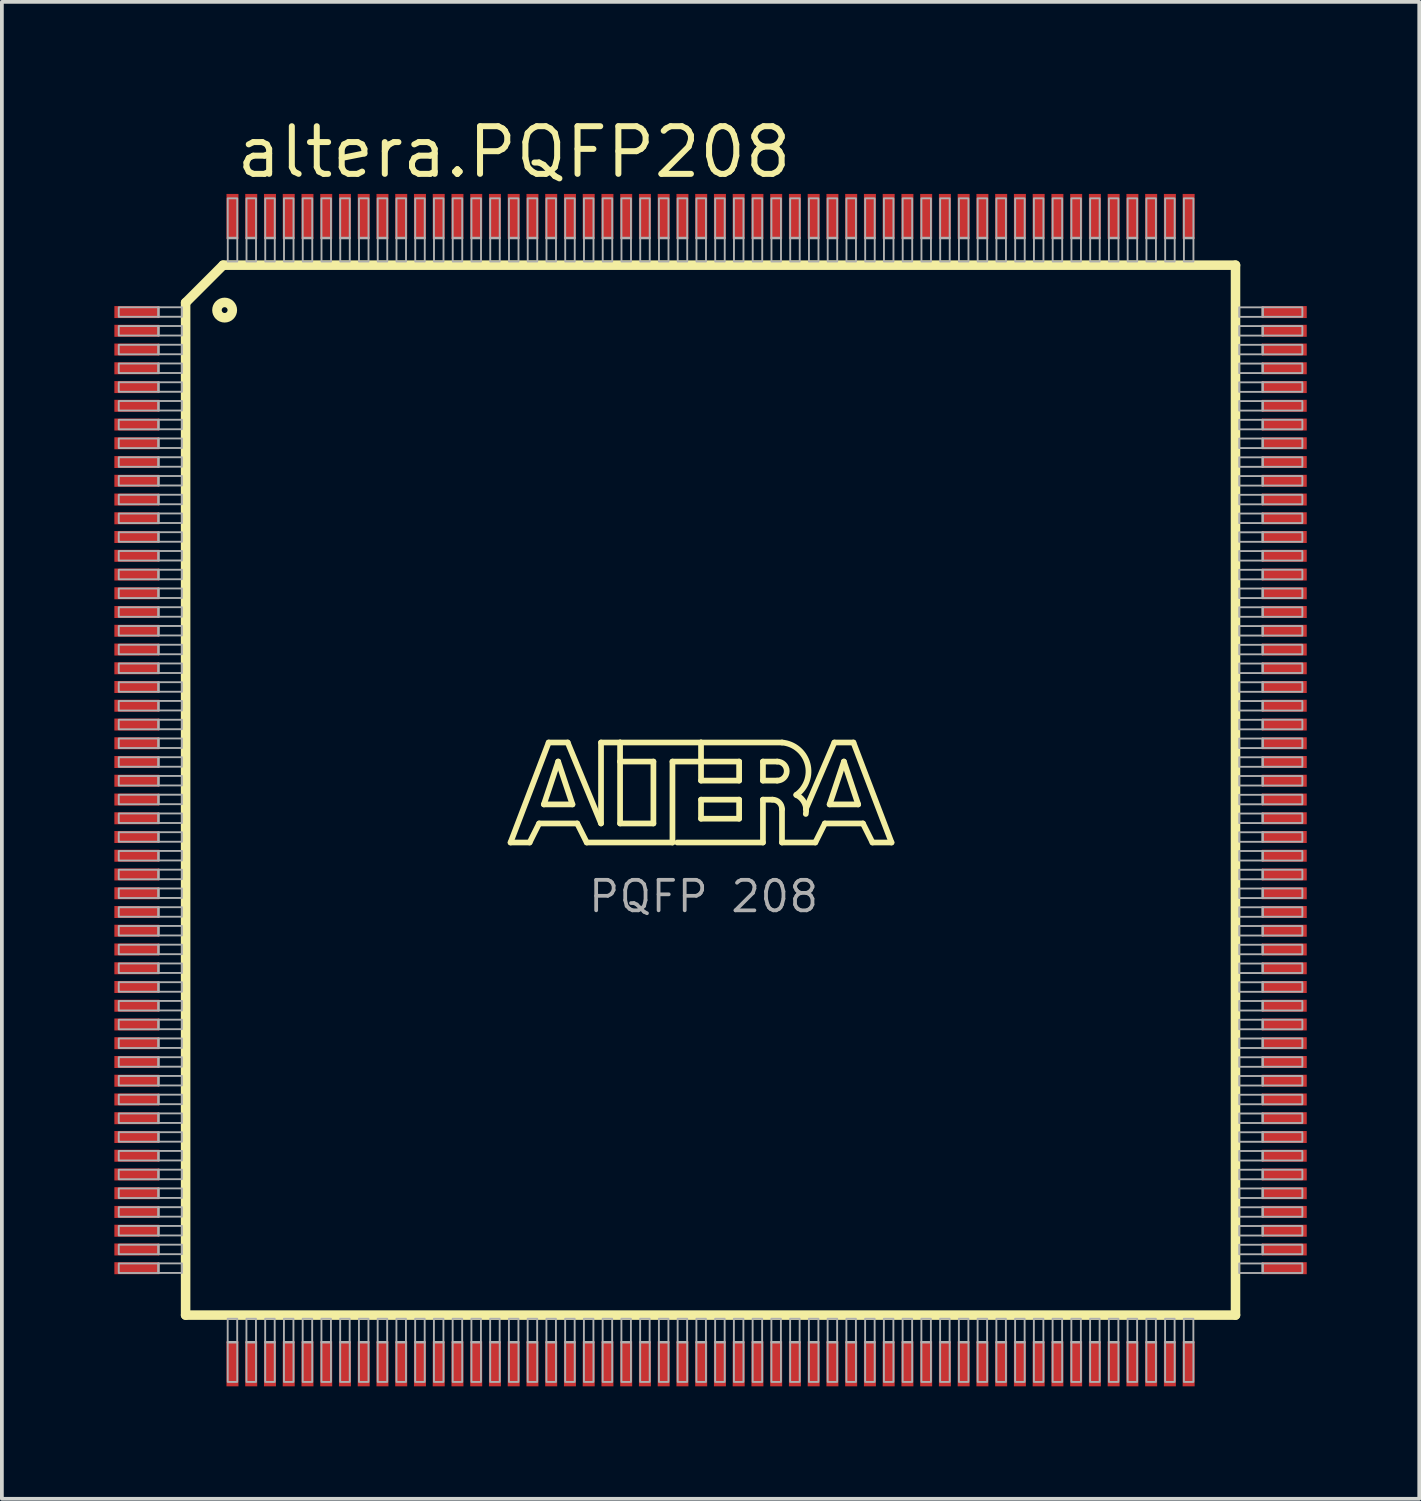
<source format=kicad_pcb>
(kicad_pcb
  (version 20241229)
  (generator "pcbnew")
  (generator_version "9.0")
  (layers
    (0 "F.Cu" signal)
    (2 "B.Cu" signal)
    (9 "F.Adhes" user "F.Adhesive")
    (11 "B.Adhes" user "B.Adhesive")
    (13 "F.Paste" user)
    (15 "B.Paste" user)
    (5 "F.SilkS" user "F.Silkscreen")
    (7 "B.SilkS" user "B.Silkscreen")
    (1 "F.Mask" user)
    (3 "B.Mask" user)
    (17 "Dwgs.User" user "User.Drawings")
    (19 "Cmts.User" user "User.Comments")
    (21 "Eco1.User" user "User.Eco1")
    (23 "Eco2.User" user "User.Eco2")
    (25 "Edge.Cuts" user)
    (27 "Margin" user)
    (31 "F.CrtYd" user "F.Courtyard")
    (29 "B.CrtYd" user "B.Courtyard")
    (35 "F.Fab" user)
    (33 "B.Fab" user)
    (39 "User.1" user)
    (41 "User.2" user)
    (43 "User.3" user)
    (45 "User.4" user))
  (footprint "altera.PQFP208"
    (layer "F.Cu")
    (at 15.9 18.022)
    (property "Reference" "altera.PQFP208" (at -12.724 -16.272 0) (layer "F.SilkS") (effects (font (size 1.27 1.27) (thickness 0.16)) (justify left bottom)))
    (attr smd)
    (fp_line (start -14 -13) (end -14 14) (stroke (width 0.254) (type default)) (layer "F.SilkS"))
    (fp_line (start -14 14) (end 14 14) (stroke (width 0.254) (type default)) (layer "F.SilkS"))
    (fp_line (start -13 -14) (end -14 -13) (stroke (width 0.254) (type default)) (layer "F.SilkS"))
    (fp_line (start -5.334 1.397) (end -4.318 -1.27) (stroke (width 0.152) (type default)) (layer "F.SilkS"))
    (fp_line (start -4.826 1.397) (end -5.334 1.397) (stroke (width 0.152) (type default)) (layer "F.SilkS"))
    (fp_line (start -4.572 0.889) (end -4.826 1.397) (stroke (width 0.152) (type default)) (layer "F.SilkS"))
    (fp_line (start -4.445 0.381) (end -3.683 0.381) (stroke (width 0.152) (type default)) (layer "F.SilkS"))
    (fp_line (start -4.318 -1.27) (end -3.81 -1.27) (stroke (width 0.152) (type default)) (layer "F.SilkS"))
    (fp_line (start -4.064 -0.762) (end -4.445 0.381) (stroke (width 0.152) (type default)) (layer "F.SilkS"))
    (fp_line (start -3.81 -1.27) (end -2.921 0.889) (stroke (width 0.152) (type default)) (layer "F.SilkS"))
    (fp_line (start -3.683 0.381) (end -4.064 -0.762) (stroke (width 0.152) (type default)) (layer "F.SilkS"))
    (fp_line (start -3.556 0.889) (end -4.572 0.889) (stroke (width 0.152) (type default)) (layer "F.SilkS"))
    (fp_line (start -3.302 1.397) (end -3.556 0.889) (stroke (width 0.152) (type default)) (layer "F.SilkS"))
    (fp_line (start -2.921 -1.27) (end -2.413 -1.27) (stroke (width 0.152) (type default)) (layer "F.SilkS"))
    (fp_line (start -2.921 0.889) (end -2.921 -1.27) (stroke (width 0.152) (type default)) (layer "F.SilkS"))
    (fp_line (start -2.413 -1.27) (end -2.413 -0.762) (stroke (width 0.152) (type default)) (layer "F.SilkS"))
    (fp_line (start -2.413 -1.27) (end -0.254 -1.27) (stroke (width 0.152) (type default)) (layer "F.SilkS"))
    (fp_line (start -2.413 -0.762) (end -2.413 0.889) (stroke (width 0.152) (type default)) (layer "F.SilkS"))
    (fp_line (start -2.413 0.889) (end -1.524 0.889) (stroke (width 0.152) (type default)) (layer "F.SilkS"))
    (fp_line (start -1.524 -0.762) (end -2.413 -0.762) (stroke (width 0.152) (type default)) (layer "F.SilkS"))
    (fp_line (start -1.524 0.889) (end -1.524 -0.762) (stroke (width 0.152) (type default)) (layer "F.SilkS"))
    (fp_line (start -1.016 -0.762) (end -1.016 1.397) (stroke (width 0.152) (type default)) (layer "F.SilkS"))
    (fp_line (start -1.016 1.397) (end -3.302 1.397) (stroke (width 0.152) (type default)) (layer "F.SilkS"))
    (fp_line (start -0.254 -1.27) (end -0.254 -0.762) (stroke (width 0.152) (type default)) (layer "F.SilkS"))
    (fp_line (start -0.254 -1.27) (end 1.905 -1.27) (stroke (width 0.152) (type default)) (layer "F.SilkS"))
    (fp_line (start -0.254 -0.762) (end -1.016 -0.762) (stroke (width 0.152) (type default)) (layer "F.SilkS"))
    (fp_line (start -0.254 -0.762) (end -0.254 -0.254) (stroke (width 0.152) (type default)) (layer "F.SilkS"))
    (fp_line (start -0.254 -0.254) (end 0.762 -0.254) (stroke (width 0.152) (type default)) (layer "F.SilkS"))
    (fp_line (start -0.254 0.254) (end 0.762 0.254) (stroke (width 0.152) (type default)) (layer "F.SilkS"))
    (fp_line (start -0.254 0.762) (end -0.254 0.254) (stroke (width 0.152) (type default)) (layer "F.SilkS"))
    (fp_line (start 0.762 -0.762) (end -0.254 -0.762) (stroke (width 0.152) (type default)) (layer "F.SilkS"))
    (fp_line (start 0.762 -0.254) (end 0.762 -0.762) (stroke (width 0.152) (type default)) (layer "F.SilkS"))
    (fp_line (start 0.762 0.254) (end 0.762 0.762) (stroke (width 0.152) (type default)) (layer "F.SilkS"))
    (fp_line (start 0.762 0.762) (end -0.254 0.762) (stroke (width 0.152) (type default)) (layer "F.SilkS"))
    (fp_line (start 1.397 -0.762) (end 1.397 -0.254) (stroke (width 0.152) (type default)) (layer "F.SilkS"))
    (fp_line (start 1.397 -0.254) (end 1.778 -0.254) (stroke (width 0.152) (type default)) (layer "F.SilkS"))
    (fp_line (start 1.397 0.254) (end 1.397 1.397) (stroke (width 0.152) (type default)) (layer "F.SilkS"))
    (fp_line (start 1.397 0.254) (end 1.651 0.254) (stroke (width 0.152) (type default)) (layer "F.SilkS"))
    (fp_line (start 1.397 1.397) (end -0.889 1.397) (stroke (width 0.152) (type default)) (layer "F.SilkS"))
    (fp_line (start 1.778 -0.762) (end 1.397 -0.762) (stroke (width 0.152) (type default)) (layer "F.SilkS"))
    (fp_line (start 1.905 0.508) (end 1.905 1.397) (stroke (width 0.152) (type default)) (layer "F.SilkS"))
    (fp_line (start 1.905 1.397) (end 2.794 1.397) (stroke (width 0.152) (type default)) (layer "F.SilkS"))
    (fp_line (start 2.794 1.397) (end 3.048 0.889) (stroke (width 0.152) (type default)) (layer "F.SilkS"))
    (fp_line (start 3.048 0.889) (end 4.064 0.889) (stroke (width 0.152) (type default)) (layer "F.SilkS"))
    (fp_line (start 3.175 0.381) (end 3.556 -0.762) (stroke (width 0.152) (type default)) (layer "F.SilkS"))
    (fp_line (start 3.302 -1.27) (end 2.54 0.508) (stroke (width 0.152) (type default)) (layer "F.SilkS"))
    (fp_line (start 3.556 -0.762) (end 3.937 0.381) (stroke (width 0.152) (type default)) (layer "F.SilkS"))
    (fp_line (start 3.81 -1.27) (end 3.302 -1.27) (stroke (width 0.152) (type default)) (layer "F.SilkS"))
    (fp_line (start 3.937 0.381) (end 3.175 0.381) (stroke (width 0.152) (type default)) (layer "F.SilkS"))
    (fp_line (start 4.064 0.889) (end 4.318 1.397) (stroke (width 0.152) (type default)) (layer "F.SilkS"))
    (fp_line (start 4.318 1.397) (end 4.826 1.397) (stroke (width 0.152) (type default)) (layer "F.SilkS"))
    (fp_line (start 4.826 1.397) (end 3.81 -1.27) (stroke (width 0.152) (type default)) (layer "F.SilkS"))
    (fp_line (start 14 -14) (end -13 -14) (stroke (width 0.254) (type default)) (layer "F.SilkS"))
    (fp_line (start 14 14) (end 14 -14) (stroke (width 0.254) (type default)) (layer "F.SilkS"))
    (fp_arc (start 1.651 0.254) (mid 1.830605 0.328395) (end 1.905 0.508) (stroke (width 0.1524) (type default)) (layer "F.SilkS"))
    (fp_arc (start 1.778 -0.762) (mid 2.032 -0.508) (end 1.778 -0.254) (stroke (width 0.1524) (type default)) (layer "F.SilkS"))
    (fp_arc (start 1.905 -1.27) (mid 2.585094 -0.70463) (end 2.2861 0.1277) (stroke (width 0.1524) (type default)) (layer "F.SilkS"))
    (fp_arc (start 2.286 0.127) (mid 2.501981 0.336487) (end 2.5397 0.635) (stroke (width 0.1524) (type default)) (layer "F.SilkS"))
    (fp_circle (center -12.959 -12.802) (end -12.754 -12.802) (stroke (width 0.254) (type default)) (fill no) (layer "F.SilkS"))
    (fp_rect (start -15.783 -12.623) (end -14.716 -12.877) (stroke (width 0.05) (type default)) (fill no) (layer "F.Fab"))
    (fp_rect (start -15.783 -12.123) (end -14.716 -12.377) (stroke (width 0.05) (type default)) (fill no) (layer "F.Fab"))
    (fp_rect (start -15.783 -11.623) (end -14.716 -11.877) (stroke (width 0.05) (type default)) (fill no) (layer "F.Fab"))
    (fp_rect (start -15.783 -11.123) (end -14.716 -11.377) (stroke (width 0.05) (type default)) (fill no) (layer "F.Fab"))
    (fp_rect (start -15.783 -10.623) (end -14.716 -10.877) (stroke (width 0.05) (type default)) (fill no) (layer "F.Fab"))
    (fp_rect (start -15.783 -10.123) (end -14.716 -10.377) (stroke (width 0.05) (type default)) (fill no) (layer "F.Fab"))
    (fp_rect (start -15.783 -9.623) (end -14.716 -9.877) (stroke (width 0.05) (type default)) (fill no) (layer "F.Fab"))
    (fp_rect (start -15.783 -9.123) (end -14.716 -9.377) (stroke (width 0.05) (type default)) (fill no) (layer "F.Fab"))
    (fp_rect (start -15.783 -8.623) (end -14.716 -8.877) (stroke (width 0.05) (type default)) (fill no) (layer "F.Fab"))
    (fp_rect (start -15.783 -8.123) (end -14.716 -8.377) (stroke (width 0.05) (type default)) (fill no) (layer "F.Fab"))
    (fp_rect (start -15.783 -7.623) (end -14.716 -7.877) (stroke (width 0.05) (type default)) (fill no) (layer "F.Fab"))
    (fp_rect (start -15.783 -7.123) (end -14.716 -7.377) (stroke (width 0.05) (type default)) (fill no) (layer "F.Fab"))
    (fp_rect (start -15.783 -6.623) (end -14.716 -6.877) (stroke (width 0.05) (type default)) (fill no) (layer "F.Fab"))
    (fp_rect (start -15.783 -6.123) (end -14.716 -6.377) (stroke (width 0.05) (type default)) (fill no) (layer "F.Fab"))
    (fp_rect (start -15.783 -5.623) (end -14.716 -5.877) (stroke (width 0.05) (type default)) (fill no) (layer "F.Fab"))
    (fp_rect (start -15.783 -5.123) (end -14.716 -5.377) (stroke (width 0.05) (type default)) (fill no) (layer "F.Fab"))
    (fp_rect (start -15.783 -4.623) (end -14.716 -4.877) (stroke (width 0.05) (type default)) (fill no) (layer "F.Fab"))
    (fp_rect (start -15.783 -4.123) (end -14.716 -4.377) (stroke (width 0.05) (type default)) (fill no) (layer "F.Fab"))
    (fp_rect (start -15.783 -3.623) (end -14.716 -3.877) (stroke (width 0.05) (type default)) (fill no) (layer "F.Fab"))
    (fp_rect (start -15.783 -3.123) (end -14.716 -3.377) (stroke (width 0.05) (type default)) (fill no) (layer "F.Fab"))
    (fp_rect (start -15.783 -2.623) (end -14.716 -2.877) (stroke (width 0.05) (type default)) (fill no) (layer "F.Fab"))
    (fp_rect (start -15.783 -2.123) (end -14.716 -2.377) (stroke (width 0.05) (type default)) (fill no) (layer "F.Fab"))
    (fp_rect (start -15.783 -1.623) (end -14.716 -1.877) (stroke (width 0.05) (type default)) (fill no) (layer "F.Fab"))
    (fp_rect (start -15.783 -1.123) (end -14.716 -1.377) (stroke (width 0.05) (type default)) (fill no) (layer "F.Fab"))
    (fp_rect (start -15.783 -0.623) (end -14.716 -0.877) (stroke (width 0.05) (type default)) (fill no) (layer "F.Fab"))
    (fp_rect (start -15.783 -0.123) (end -14.716 -0.377) (stroke (width 0.05) (type default)) (fill no) (layer "F.Fab"))
    (fp_rect (start -15.783 0.377) (end -14.716 0.123) (stroke (width 0.05) (type default)) (fill no) (layer "F.Fab"))
    (fp_rect (start -15.783 0.877) (end -14.716 0.623) (stroke (width 0.05) (type default)) (fill no) (layer "F.Fab"))
    (fp_rect (start -15.783 1.377) (end -14.716 1.123) (stroke (width 0.05) (type default)) (fill no) (layer "F.Fab"))
    (fp_rect (start -15.783 1.877) (end -14.716 1.623) (stroke (width 0.05) (type default)) (fill no) (layer "F.Fab"))
    (fp_rect (start -15.783 2.377) (end -14.716 2.123) (stroke (width 0.05) (type default)) (fill no) (layer "F.Fab"))
    (fp_rect (start -15.783 2.877) (end -14.716 2.623) (stroke (width 0.05) (type default)) (fill no) (layer "F.Fab"))
    (fp_rect (start -15.783 3.377) (end -14.716 3.123) (stroke (width 0.05) (type default)) (fill no) (layer "F.Fab"))
    (fp_rect (start -15.783 3.877) (end -14.716 3.623) (stroke (width 0.05) (type default)) (fill no) (layer "F.Fab"))
    (fp_rect (start -15.783 4.377) (end -14.716 4.123) (stroke (width 0.05) (type default)) (fill no) (layer "F.Fab"))
    (fp_rect (start -15.783 4.877) (end -14.716 4.623) (stroke (width 0.05) (type default)) (fill no) (layer "F.Fab"))
    (fp_rect (start -15.783 5.377) (end -14.716 5.123) (stroke (width 0.05) (type default)) (fill no) (layer "F.Fab"))
    (fp_rect (start -15.783 5.877) (end -14.716 5.623) (stroke (width 0.05) (type default)) (fill no) (layer "F.Fab"))
    (fp_rect (start -15.783 6.377) (end -14.716 6.123) (stroke (width 0.05) (type default)) (fill no) (layer "F.Fab"))
    (fp_rect (start -15.783 6.877) (end -14.716 6.623) (stroke (width 0.05) (type default)) (fill no) (layer "F.Fab"))
    (fp_rect (start -15.783 7.377) (end -14.716 7.123) (stroke (width 0.05) (type default)) (fill no) (layer "F.Fab"))
    (fp_rect (start -15.783 7.877) (end -14.716 7.623) (stroke (width 0.05) (type default)) (fill no) (layer "F.Fab"))
    (fp_rect (start -15.783 8.377) (end -14.716 8.123) (stroke (width 0.05) (type default)) (fill no) (layer "F.Fab"))
    (fp_rect (start -15.783 8.877) (end -14.716 8.623) (stroke (width 0.05) (type default)) (fill no) (layer "F.Fab"))
    (fp_rect (start -15.783 9.377) (end -14.716 9.123) (stroke (width 0.05) (type default)) (fill no) (layer "F.Fab"))
    (fp_rect (start -15.783 9.877) (end -14.716 9.623) (stroke (width 0.05) (type default)) (fill no) (layer "F.Fab"))
    (fp_rect (start -15.783 10.377) (end -14.716 10.123) (stroke (width 0.05) (type default)) (fill no) (layer "F.Fab"))
    (fp_rect (start -15.783 10.877) (end -14.716 10.623) (stroke (width 0.05) (type default)) (fill no) (layer "F.Fab"))
    (fp_rect (start -15.783 11.377) (end -14.716 11.123) (stroke (width 0.05) (type default)) (fill no) (layer "F.Fab"))
    (fp_rect (start -15.783 11.877) (end -14.716 11.623) (stroke (width 0.05) (type default)) (fill no) (layer "F.Fab"))
    (fp_rect (start -15.783 12.377) (end -14.716 12.123) (stroke (width 0.05) (type default)) (fill no) (layer "F.Fab"))
    (fp_rect (start -15.783 12.877) (end -14.716 12.623) (stroke (width 0.05) (type default)) (fill no) (layer "F.Fab"))
    (fp_rect (start -14.732 -12.624) (end -14.097 -12.878) (stroke (width 0.05) (type default)) (fill no) (layer "F.Fab"))
    (fp_rect (start -14.732 -12.124) (end -14.097 -12.378) (stroke (width 0.05) (type default)) (fill no) (layer "F.Fab"))
    (fp_rect (start -14.732 -11.624) (end -14.097 -11.878) (stroke (width 0.05) (type default)) (fill no) (layer "F.Fab"))
    (fp_rect (start -14.732 -11.124) (end -14.097 -11.378) (stroke (width 0.05) (type default)) (fill no) (layer "F.Fab"))
    (fp_rect (start -14.732 -10.624) (end -14.097 -10.878) (stroke (width 0.05) (type default)) (fill no) (layer "F.Fab"))
    (fp_rect (start -14.732 -10.124) (end -14.097 -10.378) (stroke (width 0.05) (type default)) (fill no) (layer "F.Fab"))
    (fp_rect (start -14.732 -9.624) (end -14.097 -9.878) (stroke (width 0.05) (type default)) (fill no) (layer "F.Fab"))
    (fp_rect (start -14.732 -9.124) (end -14.097 -9.378) (stroke (width 0.05) (type default)) (fill no) (layer "F.Fab"))
    (fp_rect (start -14.732 -8.624) (end -14.097 -8.878) (stroke (width 0.05) (type default)) (fill no) (layer "F.Fab"))
    (fp_rect (start -14.732 -8.124) (end -14.097 -8.378) (stroke (width 0.05) (type default)) (fill no) (layer "F.Fab"))
    (fp_rect (start -14.732 -7.624) (end -14.097 -7.878) (stroke (width 0.05) (type default)) (fill no) (layer "F.Fab"))
    (fp_rect (start -14.732 -7.124) (end -14.097 -7.378) (stroke (width 0.05) (type default)) (fill no) (layer "F.Fab"))
    (fp_rect (start -14.732 -6.624) (end -14.097 -6.878) (stroke (width 0.05) (type default)) (fill no) (layer "F.Fab"))
    (fp_rect (start -14.732 -6.124) (end -14.097 -6.378) (stroke (width 0.05) (type default)) (fill no) (layer "F.Fab"))
    (fp_rect (start -14.732 -5.624) (end -14.097 -5.878) (stroke (width 0.05) (type default)) (fill no) (layer "F.Fab"))
    (fp_rect (start -14.732 -5.124) (end -14.097 -5.378) (stroke (width 0.05) (type default)) (fill no) (layer "F.Fab"))
    (fp_rect (start -14.732 -4.624) (end -14.097 -4.878) (stroke (width 0.05) (type default)) (fill no) (layer "F.Fab"))
    (fp_rect (start -14.732 -4.124) (end -14.097 -4.378) (stroke (width 0.05) (type default)) (fill no) (layer "F.Fab"))
    (fp_rect (start -14.732 -3.624) (end -14.097 -3.878) (stroke (width 0.05) (type default)) (fill no) (layer "F.Fab"))
    (fp_rect (start -14.732 -3.124) (end -14.097 -3.378) (stroke (width 0.05) (type default)) (fill no) (layer "F.Fab"))
    (fp_rect (start -14.732 -2.624) (end -14.097 -2.878) (stroke (width 0.05) (type default)) (fill no) (layer "F.Fab"))
    (fp_rect (start -14.732 -2.124) (end -14.097 -2.378) (stroke (width 0.05) (type default)) (fill no) (layer "F.Fab"))
    (fp_rect (start -14.732 -1.624) (end -14.097 -1.878) (stroke (width 0.05) (type default)) (fill no) (layer "F.Fab"))
    (fp_rect (start -14.732 -1.124) (end -14.097 -1.378) (stroke (width 0.05) (type default)) (fill no) (layer "F.Fab"))
    (fp_rect (start -14.732 -0.624) (end -14.097 -0.878) (stroke (width 0.05) (type default)) (fill no) (layer "F.Fab"))
    (fp_rect (start -14.732 -0.124) (end -14.097 -0.378) (stroke (width 0.05) (type default)) (fill no) (layer "F.Fab"))
    (fp_rect (start -14.732 0.376) (end -14.097 0.122) (stroke (width 0.05) (type default)) (fill no) (layer "F.Fab"))
    (fp_rect (start -14.732 0.876) (end -14.097 0.622) (stroke (width 0.05) (type default)) (fill no) (layer "F.Fab"))
    (fp_rect (start -14.732 1.376) (end -14.097 1.122) (stroke (width 0.05) (type default)) (fill no) (layer "F.Fab"))
    (fp_rect (start -14.732 1.876) (end -14.097 1.622) (stroke (width 0.05) (type default)) (fill no) (layer "F.Fab"))
    (fp_rect (start -14.732 2.376) (end -14.097 2.122) (stroke (width 0.05) (type default)) (fill no) (layer "F.Fab"))
    (fp_rect (start -14.732 2.876) (end -14.097 2.622) (stroke (width 0.05) (type default)) (fill no) (layer "F.Fab"))
    (fp_rect (start -14.732 3.376) (end -14.097 3.122) (stroke (width 0.05) (type default)) (fill no) (layer "F.Fab"))
    (fp_rect (start -14.732 3.876) (end -14.097 3.622) (stroke (width 0.05) (type default)) (fill no) (layer "F.Fab"))
    (fp_rect (start -14.732 4.376) (end -14.097 4.122) (stroke (width 0.05) (type default)) (fill no) (layer "F.Fab"))
    (fp_rect (start -14.732 4.876) (end -14.097 4.622) (stroke (width 0.05) (type default)) (fill no) (layer "F.Fab"))
    (fp_rect (start -14.732 5.376) (end -14.097 5.122) (stroke (width 0.05) (type default)) (fill no) (layer "F.Fab"))
    (fp_rect (start -14.732 5.876) (end -14.097 5.622) (stroke (width 0.05) (type default)) (fill no) (layer "F.Fab"))
    (fp_rect (start -14.732 6.376) (end -14.097 6.122) (stroke (width 0.05) (type default)) (fill no) (layer "F.Fab"))
    (fp_rect (start -14.732 6.876) (end -14.097 6.622) (stroke (width 0.05) (type default)) (fill no) (layer "F.Fab"))
    (fp_rect (start -14.732 7.376) (end -14.097 7.122) (stroke (width 0.05) (type default)) (fill no) (layer "F.Fab"))
    (fp_rect (start -14.732 7.876) (end -14.097 7.622) (stroke (width 0.05) (type default)) (fill no) (layer "F.Fab"))
    (fp_rect (start -14.732 8.376) (end -14.097 8.122) (stroke (width 0.05) (type default)) (fill no) (layer "F.Fab"))
    (fp_rect (start -14.732 8.876) (end -14.097 8.622) (stroke (width 0.05) (type default)) (fill no) (layer "F.Fab"))
    (fp_rect (start -14.732 9.376) (end -14.097 9.122) (stroke (width 0.05) (type default)) (fill no) (layer "F.Fab"))
    (fp_rect (start -14.732 9.876) (end -14.097 9.622) (stroke (width 0.05) (type default)) (fill no) (layer "F.Fab"))
    (fp_rect (start -14.732 10.376) (end -14.097 10.122) (stroke (width 0.05) (type default)) (fill no) (layer "F.Fab"))
    (fp_rect (start -14.732 10.876) (end -14.097 10.622) (stroke (width 0.05) (type default)) (fill no) (layer "F.Fab"))
    (fp_rect (start -14.732 11.376) (end -14.097 11.122) (stroke (width 0.05) (type default)) (fill no) (layer "F.Fab"))
    (fp_rect (start -14.732 11.876) (end -14.097 11.622) (stroke (width 0.05) (type default)) (fill no) (layer "F.Fab"))
    (fp_rect (start -14.732 12.376) (end -14.097 12.122) (stroke (width 0.05) (type default)) (fill no) (layer "F.Fab"))
    (fp_rect (start -14.732 12.876) (end -14.097 12.622) (stroke (width 0.05) (type default)) (fill no) (layer "F.Fab"))
    (fp_rect (start -12.878 14.732) (end -12.624 14.097) (stroke (width 0.05) (type default)) (fill no) (layer "F.Fab"))
    (fp_rect (start -12.877 -14.716) (end -12.623 -15.783) (stroke (width 0.05) (type default)) (fill no) (layer "F.Fab"))
    (fp_rect (start -12.877 15.783) (end -12.623 14.716) (stroke (width 0.05) (type default)) (fill no) (layer "F.Fab"))
    (fp_rect (start -12.876 -14.097) (end -12.622 -14.732) (stroke (width 0.05) (type default)) (fill no) (layer "F.Fab"))
    (fp_rect (start -12.378 14.732) (end -12.124 14.097) (stroke (width 0.05) (type default)) (fill no) (layer "F.Fab"))
    (fp_rect (start -12.377 -14.716) (end -12.123 -15.783) (stroke (width 0.05) (type default)) (fill no) (layer "F.Fab"))
    (fp_rect (start -12.377 15.783) (end -12.123 14.716) (stroke (width 0.05) (type default)) (fill no) (layer "F.Fab"))
    (fp_rect (start -12.376 -14.097) (end -12.122 -14.732) (stroke (width 0.05) (type default)) (fill no) (layer "F.Fab"))
    (fp_rect (start -11.878 14.732) (end -11.624 14.097) (stroke (width 0.05) (type default)) (fill no) (layer "F.Fab"))
    (fp_rect (start -11.877 -14.716) (end -11.623 -15.783) (stroke (width 0.05) (type default)) (fill no) (layer "F.Fab"))
    (fp_rect (start -11.877 15.783) (end -11.623 14.716) (stroke (width 0.05) (type default)) (fill no) (layer "F.Fab"))
    (fp_rect (start -11.876 -14.097) (end -11.622 -14.732) (stroke (width 0.05) (type default)) (fill no) (layer "F.Fab"))
    (fp_rect (start -11.378 14.732) (end -11.124 14.097) (stroke (width 0.05) (type default)) (fill no) (layer "F.Fab"))
    (fp_rect (start -11.377 -14.716) (end -11.123 -15.783) (stroke (width 0.05) (type default)) (fill no) (layer "F.Fab"))
    (fp_rect (start -11.377 15.783) (end -11.123 14.716) (stroke (width 0.05) (type default)) (fill no) (layer "F.Fab"))
    (fp_rect (start -11.376 -14.097) (end -11.122 -14.732) (stroke (width 0.05) (type default)) (fill no) (layer "F.Fab"))
    (fp_rect (start -10.878 14.732) (end -10.624 14.097) (stroke (width 0.05) (type default)) (fill no) (layer "F.Fab"))
    (fp_rect (start -10.877 -14.716) (end -10.623 -15.783) (stroke (width 0.05) (type default)) (fill no) (layer "F.Fab"))
    (fp_rect (start -10.877 15.783) (end -10.623 14.716) (stroke (width 0.05) (type default)) (fill no) (layer "F.Fab"))
    (fp_rect (start -10.876 -14.097) (end -10.622 -14.732) (stroke (width 0.05) (type default)) (fill no) (layer "F.Fab"))
    (fp_rect (start -10.378 14.732) (end -10.124 14.097) (stroke (width 0.05) (type default)) (fill no) (layer "F.Fab"))
    (fp_rect (start -10.377 -14.716) (end -10.123 -15.783) (stroke (width 0.05) (type default)) (fill no) (layer "F.Fab"))
    (fp_rect (start -10.377 15.783) (end -10.123 14.716) (stroke (width 0.05) (type default)) (fill no) (layer "F.Fab"))
    (fp_rect (start -10.376 -14.097) (end -10.122 -14.732) (stroke (width 0.05) (type default)) (fill no) (layer "F.Fab"))
    (fp_rect (start -9.878 14.732) (end -9.624 14.097) (stroke (width 0.05) (type default)) (fill no) (layer "F.Fab"))
    (fp_rect (start -9.877 -14.716) (end -9.623 -15.783) (stroke (width 0.05) (type default)) (fill no) (layer "F.Fab"))
    (fp_rect (start -9.877 15.783) (end -9.623 14.716) (stroke (width 0.05) (type default)) (fill no) (layer "F.Fab"))
    (fp_rect (start -9.876 -14.097) (end -9.622 -14.732) (stroke (width 0.05) (type default)) (fill no) (layer "F.Fab"))
    (fp_rect (start -9.378 14.732) (end -9.124 14.097) (stroke (width 0.05) (type default)) (fill no) (layer "F.Fab"))
    (fp_rect (start -9.377 -14.716) (end -9.123 -15.783) (stroke (width 0.05) (type default)) (fill no) (layer "F.Fab"))
    (fp_rect (start -9.377 15.783) (end -9.123 14.716) (stroke (width 0.05) (type default)) (fill no) (layer "F.Fab"))
    (fp_rect (start -9.376 -14.097) (end -9.122 -14.732) (stroke (width 0.05) (type default)) (fill no) (layer "F.Fab"))
    (fp_rect (start -8.878 14.732) (end -8.624 14.097) (stroke (width 0.05) (type default)) (fill no) (layer "F.Fab"))
    (fp_rect (start -8.877 -14.716) (end -8.623 -15.783) (stroke (width 0.05) (type default)) (fill no) (layer "F.Fab"))
    (fp_rect (start -8.877 15.783) (end -8.623 14.716) (stroke (width 0.05) (type default)) (fill no) (layer "F.Fab"))
    (fp_rect (start -8.876 -14.097) (end -8.622 -14.732) (stroke (width 0.05) (type default)) (fill no) (layer "F.Fab"))
    (fp_rect (start -8.378 14.732) (end -8.124 14.097) (stroke (width 0.05) (type default)) (fill no) (layer "F.Fab"))
    (fp_rect (start -8.377 -14.716) (end -8.123 -15.783) (stroke (width 0.05) (type default)) (fill no) (layer "F.Fab"))
    (fp_rect (start -8.377 15.783) (end -8.123 14.716) (stroke (width 0.05) (type default)) (fill no) (layer "F.Fab"))
    (fp_rect (start -8.376 -14.097) (end -8.122 -14.732) (stroke (width 0.05) (type default)) (fill no) (layer "F.Fab"))
    (fp_rect (start -7.878 14.732) (end -7.624 14.097) (stroke (width 0.05) (type default)) (fill no) (layer "F.Fab"))
    (fp_rect (start -7.877 -14.716) (end -7.623 -15.783) (stroke (width 0.05) (type default)) (fill no) (layer "F.Fab"))
    (fp_rect (start -7.877 15.783) (end -7.623 14.716) (stroke (width 0.05) (type default)) (fill no) (layer "F.Fab"))
    (fp_rect (start -7.876 -14.097) (end -7.622 -14.732) (stroke (width 0.05) (type default)) (fill no) (layer "F.Fab"))
    (fp_rect (start -7.378 14.732) (end -7.124 14.097) (stroke (width 0.05) (type default)) (fill no) (layer "F.Fab"))
    (fp_rect (start -7.377 -14.716) (end -7.123 -15.783) (stroke (width 0.05) (type default)) (fill no) (layer "F.Fab"))
    (fp_rect (start -7.377 15.783) (end -7.123 14.716) (stroke (width 0.05) (type default)) (fill no) (layer "F.Fab"))
    (fp_rect (start -7.376 -14.097) (end -7.122 -14.732) (stroke (width 0.05) (type default)) (fill no) (layer "F.Fab"))
    (fp_rect (start -6.878 14.732) (end -6.624 14.097) (stroke (width 0.05) (type default)) (fill no) (layer "F.Fab"))
    (fp_rect (start -6.877 -14.716) (end -6.623 -15.783) (stroke (width 0.05) (type default)) (fill no) (layer "F.Fab"))
    (fp_rect (start -6.877 15.783) (end -6.623 14.716) (stroke (width 0.05) (type default)) (fill no) (layer "F.Fab"))
    (fp_rect (start -6.876 -14.097) (end -6.622 -14.732) (stroke (width 0.05) (type default)) (fill no) (layer "F.Fab"))
    (fp_rect (start -6.378 14.732) (end -6.124 14.097) (stroke (width 0.05) (type default)) (fill no) (layer "F.Fab"))
    (fp_rect (start -6.377 -14.716) (end -6.123 -15.783) (stroke (width 0.05) (type default)) (fill no) (layer "F.Fab"))
    (fp_rect (start -6.377 15.783) (end -6.123 14.716) (stroke (width 0.05) (type default)) (fill no) (layer "F.Fab"))
    (fp_rect (start -6.376 -14.097) (end -6.122 -14.732) (stroke (width 0.05) (type default)) (fill no) (layer "F.Fab"))
    (fp_rect (start -5.878 14.732) (end -5.624 14.097) (stroke (width 0.05) (type default)) (fill no) (layer "F.Fab"))
    (fp_rect (start -5.877 -14.716) (end -5.623 -15.783) (stroke (width 0.05) (type default)) (fill no) (layer "F.Fab"))
    (fp_rect (start -5.877 15.783) (end -5.623 14.716) (stroke (width 0.05) (type default)) (fill no) (layer "F.Fab"))
    (fp_rect (start -5.876 -14.097) (end -5.622 -14.732) (stroke (width 0.05) (type default)) (fill no) (layer "F.Fab"))
    (fp_rect (start -5.378 14.732) (end -5.124 14.097) (stroke (width 0.05) (type default)) (fill no) (layer "F.Fab"))
    (fp_rect (start -5.377 -14.716) (end -5.123 -15.783) (stroke (width 0.05) (type default)) (fill no) (layer "F.Fab"))
    (fp_rect (start -5.377 15.783) (end -5.123 14.716) (stroke (width 0.05) (type default)) (fill no) (layer "F.Fab"))
    (fp_rect (start -5.376 -14.097) (end -5.122 -14.732) (stroke (width 0.05) (type default)) (fill no) (layer "F.Fab"))
    (fp_rect (start -4.878 14.732) (end -4.624 14.097) (stroke (width 0.05) (type default)) (fill no) (layer "F.Fab"))
    (fp_rect (start -4.877 -14.716) (end -4.623 -15.783) (stroke (width 0.05) (type default)) (fill no) (layer "F.Fab"))
    (fp_rect (start -4.877 15.783) (end -4.623 14.716) (stroke (width 0.05) (type default)) (fill no) (layer "F.Fab"))
    (fp_rect (start -4.876 -14.097) (end -4.622 -14.732) (stroke (width 0.05) (type default)) (fill no) (layer "F.Fab"))
    (fp_rect (start -4.378 14.732) (end -4.124 14.097) (stroke (width 0.05) (type default)) (fill no) (layer "F.Fab"))
    (fp_rect (start -4.377 -14.716) (end -4.123 -15.783) (stroke (width 0.05) (type default)) (fill no) (layer "F.Fab"))
    (fp_rect (start -4.377 15.783) (end -4.123 14.716) (stroke (width 0.05) (type default)) (fill no) (layer "F.Fab"))
    (fp_rect (start -4.376 -14.097) (end -4.122 -14.732) (stroke (width 0.05) (type default)) (fill no) (layer "F.Fab"))
    (fp_rect (start -3.878 14.732) (end -3.624 14.097) (stroke (width 0.05) (type default)) (fill no) (layer "F.Fab"))
    (fp_rect (start -3.877 -14.716) (end -3.623 -15.783) (stroke (width 0.05) (type default)) (fill no) (layer "F.Fab"))
    (fp_rect (start -3.877 15.783) (end -3.623 14.716) (stroke (width 0.05) (type default)) (fill no) (layer "F.Fab"))
    (fp_rect (start -3.876 -14.097) (end -3.622 -14.732) (stroke (width 0.05) (type default)) (fill no) (layer "F.Fab"))
    (fp_rect (start -3.378 14.732) (end -3.124 14.097) (stroke (width 0.05) (type default)) (fill no) (layer "F.Fab"))
    (fp_rect (start -3.377 -14.716) (end -3.123 -15.783) (stroke (width 0.05) (type default)) (fill no) (layer "F.Fab"))
    (fp_rect (start -3.377 15.783) (end -3.123 14.716) (stroke (width 0.05) (type default)) (fill no) (layer "F.Fab"))
    (fp_rect (start -3.376 -14.097) (end -3.122 -14.732) (stroke (width 0.05) (type default)) (fill no) (layer "F.Fab"))
    (fp_rect (start -2.878 14.732) (end -2.624 14.097) (stroke (width 0.05) (type default)) (fill no) (layer "F.Fab"))
    (fp_rect (start -2.877 -14.716) (end -2.623 -15.783) (stroke (width 0.05) (type default)) (fill no) (layer "F.Fab"))
    (fp_rect (start -2.877 15.783) (end -2.623 14.716) (stroke (width 0.05) (type default)) (fill no) (layer "F.Fab"))
    (fp_rect (start -2.876 -14.097) (end -2.622 -14.732) (stroke (width 0.05) (type default)) (fill no) (layer "F.Fab"))
    (fp_rect (start -2.378 14.732) (end -2.124 14.097) (stroke (width 0.05) (type default)) (fill no) (layer "F.Fab"))
    (fp_rect (start -2.377 -14.716) (end -2.123 -15.783) (stroke (width 0.05) (type default)) (fill no) (layer "F.Fab"))
    (fp_rect (start -2.377 15.783) (end -2.123 14.716) (stroke (width 0.05) (type default)) (fill no) (layer "F.Fab"))
    (fp_rect (start -2.376 -14.097) (end -2.122 -14.732) (stroke (width 0.05) (type default)) (fill no) (layer "F.Fab"))
    (fp_rect (start -1.878 14.732) (end -1.624 14.097) (stroke (width 0.05) (type default)) (fill no) (layer "F.Fab"))
    (fp_rect (start -1.877 -14.716) (end -1.623 -15.783) (stroke (width 0.05) (type default)) (fill no) (layer "F.Fab"))
    (fp_rect (start -1.877 15.783) (end -1.623 14.716) (stroke (width 0.05) (type default)) (fill no) (layer "F.Fab"))
    (fp_rect (start -1.876 -14.097) (end -1.622 -14.732) (stroke (width 0.05) (type default)) (fill no) (layer "F.Fab"))
    (fp_rect (start -1.378 14.732) (end -1.124 14.097) (stroke (width 0.05) (type default)) (fill no) (layer "F.Fab"))
    (fp_rect (start -1.377 -14.716) (end -1.123 -15.783) (stroke (width 0.05) (type default)) (fill no) (layer "F.Fab"))
    (fp_rect (start -1.377 15.783) (end -1.123 14.716) (stroke (width 0.05) (type default)) (fill no) (layer "F.Fab"))
    (fp_rect (start -1.376 -14.097) (end -1.122 -14.732) (stroke (width 0.05) (type default)) (fill no) (layer "F.Fab"))
    (fp_rect (start -0.878 14.732) (end -0.624 14.097) (stroke (width 0.05) (type default)) (fill no) (layer "F.Fab"))
    (fp_rect (start -0.877 -14.716) (end -0.623 -15.783) (stroke (width 0.05) (type default)) (fill no) (layer "F.Fab"))
    (fp_rect (start -0.877 15.783) (end -0.623 14.716) (stroke (width 0.05) (type default)) (fill no) (layer "F.Fab"))
    (fp_rect (start -0.876 -14.097) (end -0.622 -14.732) (stroke (width 0.05) (type default)) (fill no) (layer "F.Fab"))
    (fp_rect (start -0.378 14.732) (end -0.124 14.097) (stroke (width 0.05) (type default)) (fill no) (layer "F.Fab"))
    (fp_rect (start -0.377 -14.716) (end -0.123 -15.783) (stroke (width 0.05) (type default)) (fill no) (layer "F.Fab"))
    (fp_rect (start -0.377 15.783) (end -0.123 14.716) (stroke (width 0.05) (type default)) (fill no) (layer "F.Fab"))
    (fp_rect (start -0.376 -14.097) (end -0.122 -14.732) (stroke (width 0.05) (type default)) (fill no) (layer "F.Fab"))
    (fp_rect (start 0.122 14.732) (end 0.376 14.097) (stroke (width 0.05) (type default)) (fill no) (layer "F.Fab"))
    (fp_rect (start 0.123 -14.716) (end 0.377 -15.783) (stroke (width 0.05) (type default)) (fill no) (layer "F.Fab"))
    (fp_rect (start 0.123 15.783) (end 0.377 14.716) (stroke (width 0.05) (type default)) (fill no) (layer "F.Fab"))
    (fp_rect (start 0.124 -14.097) (end 0.378 -14.732) (stroke (width 0.05) (type default)) (fill no) (layer "F.Fab"))
    (fp_rect (start 0.622 14.732) (end 0.876 14.097) (stroke (width 0.05) (type default)) (fill no) (layer "F.Fab"))
    (fp_rect (start 0.623 -14.716) (end 0.877 -15.783) (stroke (width 0.05) (type default)) (fill no) (layer "F.Fab"))
    (fp_rect (start 0.623 15.783) (end 0.877 14.716) (stroke (width 0.05) (type default)) (fill no) (layer "F.Fab"))
    (fp_rect (start 0.624 -14.097) (end 0.878 -14.732) (stroke (width 0.05) (type default)) (fill no) (layer "F.Fab"))
    (fp_rect (start 1.122 14.732) (end 1.376 14.097) (stroke (width 0.05) (type default)) (fill no) (layer "F.Fab"))
    (fp_rect (start 1.123 -14.716) (end 1.377 -15.783) (stroke (width 0.05) (type default)) (fill no) (layer "F.Fab"))
    (fp_rect (start 1.123 15.783) (end 1.377 14.716) (stroke (width 0.05) (type default)) (fill no) (layer "F.Fab"))
    (fp_rect (start 1.124 -14.097) (end 1.378 -14.732) (stroke (width 0.05) (type default)) (fill no) (layer "F.Fab"))
    (fp_rect (start 1.622 14.732) (end 1.876 14.097) (stroke (width 0.05) (type default)) (fill no) (layer "F.Fab"))
    (fp_rect (start 1.623 -14.716) (end 1.877 -15.783) (stroke (width 0.05) (type default)) (fill no) (layer "F.Fab"))
    (fp_rect (start 1.623 15.783) (end 1.877 14.716) (stroke (width 0.05) (type default)) (fill no) (layer "F.Fab"))
    (fp_rect (start 1.624 -14.097) (end 1.878 -14.732) (stroke (width 0.05) (type default)) (fill no) (layer "F.Fab"))
    (fp_rect (start 2.122 14.732) (end 2.376 14.097) (stroke (width 0.05) (type default)) (fill no) (layer "F.Fab"))
    (fp_rect (start 2.123 -14.716) (end 2.377 -15.783) (stroke (width 0.05) (type default)) (fill no) (layer "F.Fab"))
    (fp_rect (start 2.123 15.783) (end 2.377 14.716) (stroke (width 0.05) (type default)) (fill no) (layer "F.Fab"))
    (fp_rect (start 2.124 -14.097) (end 2.378 -14.732) (stroke (width 0.05) (type default)) (fill no) (layer "F.Fab"))
    (fp_rect (start 2.622 14.732) (end 2.876 14.097) (stroke (width 0.05) (type default)) (fill no) (layer "F.Fab"))
    (fp_rect (start 2.623 -14.716) (end 2.877 -15.783) (stroke (width 0.05) (type default)) (fill no) (layer "F.Fab"))
    (fp_rect (start 2.623 15.783) (end 2.877 14.716) (stroke (width 0.05) (type default)) (fill no) (layer "F.Fab"))
    (fp_rect (start 2.624 -14.097) (end 2.878 -14.732) (stroke (width 0.05) (type default)) (fill no) (layer "F.Fab"))
    (fp_rect (start 3.122 14.732) (end 3.376 14.097) (stroke (width 0.05) (type default)) (fill no) (layer "F.Fab"))
    (fp_rect (start 3.123 -14.716) (end 3.377 -15.783) (stroke (width 0.05) (type default)) (fill no) (layer "F.Fab"))
    (fp_rect (start 3.123 15.783) (end 3.377 14.716) (stroke (width 0.05) (type default)) (fill no) (layer "F.Fab"))
    (fp_rect (start 3.124 -14.097) (end 3.378 -14.732) (stroke (width 0.05) (type default)) (fill no) (layer "F.Fab"))
    (fp_rect (start 3.622 14.732) (end 3.876 14.097) (stroke (width 0.05) (type default)) (fill no) (layer "F.Fab"))
    (fp_rect (start 3.623 -14.716) (end 3.877 -15.783) (stroke (width 0.05) (type default)) (fill no) (layer "F.Fab"))
    (fp_rect (start 3.623 15.783) (end 3.877 14.716) (stroke (width 0.05) (type default)) (fill no) (layer "F.Fab"))
    (fp_rect (start 3.624 -14.097) (end 3.878 -14.732) (stroke (width 0.05) (type default)) (fill no) (layer "F.Fab"))
    (fp_rect (start 4.122 14.732) (end 4.376 14.097) (stroke (width 0.05) (type default)) (fill no) (layer "F.Fab"))
    (fp_rect (start 4.123 -14.716) (end 4.377 -15.783) (stroke (width 0.05) (type default)) (fill no) (layer "F.Fab"))
    (fp_rect (start 4.123 15.783) (end 4.377 14.716) (stroke (width 0.05) (type default)) (fill no) (layer "F.Fab"))
    (fp_rect (start 4.124 -14.097) (end 4.378 -14.732) (stroke (width 0.05) (type default)) (fill no) (layer "F.Fab"))
    (fp_rect (start 4.622 14.732) (end 4.876 14.097) (stroke (width 0.05) (type default)) (fill no) (layer "F.Fab"))
    (fp_rect (start 4.623 -14.716) (end 4.877 -15.783) (stroke (width 0.05) (type default)) (fill no) (layer "F.Fab"))
    (fp_rect (start 4.623 15.783) (end 4.877 14.716) (stroke (width 0.05) (type default)) (fill no) (layer "F.Fab"))
    (fp_rect (start 4.624 -14.097) (end 4.878 -14.732) (stroke (width 0.05) (type default)) (fill no) (layer "F.Fab"))
    (fp_rect (start 5.122 14.732) (end 5.376 14.097) (stroke (width 0.05) (type default)) (fill no) (layer "F.Fab"))
    (fp_rect (start 5.123 -14.716) (end 5.377 -15.783) (stroke (width 0.05) (type default)) (fill no) (layer "F.Fab"))
    (fp_rect (start 5.123 15.783) (end 5.377 14.716) (stroke (width 0.05) (type default)) (fill no) (layer "F.Fab"))
    (fp_rect (start 5.124 -14.097) (end 5.378 -14.732) (stroke (width 0.05) (type default)) (fill no) (layer "F.Fab"))
    (fp_rect (start 5.622 14.732) (end 5.876 14.097) (stroke (width 0.05) (type default)) (fill no) (layer "F.Fab"))
    (fp_rect (start 5.623 -14.716) (end 5.877 -15.783) (stroke (width 0.05) (type default)) (fill no) (layer "F.Fab"))
    (fp_rect (start 5.623 15.783) (end 5.877 14.716) (stroke (width 0.05) (type default)) (fill no) (layer "F.Fab"))
    (fp_rect (start 5.624 -14.097) (end 5.878 -14.732) (stroke (width 0.05) (type default)) (fill no) (layer "F.Fab"))
    (fp_rect (start 6.122 14.732) (end 6.376 14.097) (stroke (width 0.05) (type default)) (fill no) (layer "F.Fab"))
    (fp_rect (start 6.123 -14.716) (end 6.377 -15.783) (stroke (width 0.05) (type default)) (fill no) (layer "F.Fab"))
    (fp_rect (start 6.123 15.783) (end 6.377 14.716) (stroke (width 0.05) (type default)) (fill no) (layer "F.Fab"))
    (fp_rect (start 6.124 -14.097) (end 6.378 -14.732) (stroke (width 0.05) (type default)) (fill no) (layer "F.Fab"))
    (fp_rect (start 6.622 14.732) (end 6.876 14.097) (stroke (width 0.05) (type default)) (fill no) (layer "F.Fab"))
    (fp_rect (start 6.623 -14.716) (end 6.877 -15.783) (stroke (width 0.05) (type default)) (fill no) (layer "F.Fab"))
    (fp_rect (start 6.623 15.783) (end 6.877 14.716) (stroke (width 0.05) (type default)) (fill no) (layer "F.Fab"))
    (fp_rect (start 6.624 -14.097) (end 6.878 -14.732) (stroke (width 0.05) (type default)) (fill no) (layer "F.Fab"))
    (fp_rect (start 7.122 14.732) (end 7.376 14.097) (stroke (width 0.05) (type default)) (fill no) (layer "F.Fab"))
    (fp_rect (start 7.123 -14.716) (end 7.377 -15.783) (stroke (width 0.05) (type default)) (fill no) (layer "F.Fab"))
    (fp_rect (start 7.123 15.783) (end 7.377 14.716) (stroke (width 0.05) (type default)) (fill no) (layer "F.Fab"))
    (fp_rect (start 7.124 -14.097) (end 7.378 -14.732) (stroke (width 0.05) (type default)) (fill no) (layer "F.Fab"))
    (fp_rect (start 7.622 14.732) (end 7.876 14.097) (stroke (width 0.05) (type default)) (fill no) (layer "F.Fab"))
    (fp_rect (start 7.623 -14.716) (end 7.877 -15.783) (stroke (width 0.05) (type default)) (fill no) (layer "F.Fab"))
    (fp_rect (start 7.623 15.783) (end 7.877 14.716) (stroke (width 0.05) (type default)) (fill no) (layer "F.Fab"))
    (fp_rect (start 7.624 -14.097) (end 7.878 -14.732) (stroke (width 0.05) (type default)) (fill no) (layer "F.Fab"))
    (fp_rect (start 8.122 14.732) (end 8.376 14.097) (stroke (width 0.05) (type default)) (fill no) (layer "F.Fab"))
    (fp_rect (start 8.123 -14.716) (end 8.377 -15.783) (stroke (width 0.05) (type default)) (fill no) (layer "F.Fab"))
    (fp_rect (start 8.123 15.783) (end 8.377 14.716) (stroke (width 0.05) (type default)) (fill no) (layer "F.Fab"))
    (fp_rect (start 8.124 -14.097) (end 8.378 -14.732) (stroke (width 0.05) (type default)) (fill no) (layer "F.Fab"))
    (fp_rect (start 8.622 14.732) (end 8.876 14.097) (stroke (width 0.05) (type default)) (fill no) (layer "F.Fab"))
    (fp_rect (start 8.623 -14.716) (end 8.877 -15.783) (stroke (width 0.05) (type default)) (fill no) (layer "F.Fab"))
    (fp_rect (start 8.623 15.783) (end 8.877 14.716) (stroke (width 0.05) (type default)) (fill no) (layer "F.Fab"))
    (fp_rect (start 8.624 -14.097) (end 8.878 -14.732) (stroke (width 0.05) (type default)) (fill no) (layer "F.Fab"))
    (fp_rect (start 9.122 14.732) (end 9.376 14.097) (stroke (width 0.05) (type default)) (fill no) (layer "F.Fab"))
    (fp_rect (start 9.123 -14.716) (end 9.377 -15.783) (stroke (width 0.05) (type default)) (fill no) (layer "F.Fab"))
    (fp_rect (start 9.123 15.783) (end 9.377 14.716) (stroke (width 0.05) (type default)) (fill no) (layer "F.Fab"))
    (fp_rect (start 9.124 -14.097) (end 9.378 -14.732) (stroke (width 0.05) (type default)) (fill no) (layer "F.Fab"))
    (fp_rect (start 9.622 14.732) (end 9.876 14.097) (stroke (width 0.05) (type default)) (fill no) (layer "F.Fab"))
    (fp_rect (start 9.623 -14.716) (end 9.877 -15.783) (stroke (width 0.05) (type default)) (fill no) (layer "F.Fab"))
    (fp_rect (start 9.623 15.783) (end 9.877 14.716) (stroke (width 0.05) (type default)) (fill no) (layer "F.Fab"))
    (fp_rect (start 9.624 -14.097) (end 9.878 -14.732) (stroke (width 0.05) (type default)) (fill no) (layer "F.Fab"))
    (fp_rect (start 10.122 14.732) (end 10.376 14.097) (stroke (width 0.05) (type default)) (fill no) (layer "F.Fab"))
    (fp_rect (start 10.123 -14.716) (end 10.377 -15.783) (stroke (width 0.05) (type default)) (fill no) (layer "F.Fab"))
    (fp_rect (start 10.123 15.783) (end 10.377 14.716) (stroke (width 0.05) (type default)) (fill no) (layer "F.Fab"))
    (fp_rect (start 10.124 -14.097) (end 10.378 -14.732) (stroke (width 0.05) (type default)) (fill no) (layer "F.Fab"))
    (fp_rect (start 10.622 14.732) (end 10.876 14.097) (stroke (width 0.05) (type default)) (fill no) (layer "F.Fab"))
    (fp_rect (start 10.623 -14.716) (end 10.877 -15.783) (stroke (width 0.05) (type default)) (fill no) (layer "F.Fab"))
    (fp_rect (start 10.623 15.783) (end 10.877 14.716) (stroke (width 0.05) (type default)) (fill no) (layer "F.Fab"))
    (fp_rect (start 10.624 -14.097) (end 10.878 -14.732) (stroke (width 0.05) (type default)) (fill no) (layer "F.Fab"))
    (fp_rect (start 11.122 14.732) (end 11.376 14.097) (stroke (width 0.05) (type default)) (fill no) (layer "F.Fab"))
    (fp_rect (start 11.123 -14.716) (end 11.377 -15.783) (stroke (width 0.05) (type default)) (fill no) (layer "F.Fab"))
    (fp_rect (start 11.123 15.783) (end 11.377 14.716) (stroke (width 0.05) (type default)) (fill no) (layer "F.Fab"))
    (fp_rect (start 11.124 -14.097) (end 11.378 -14.732) (stroke (width 0.05) (type default)) (fill no) (layer "F.Fab"))
    (fp_rect (start 11.622 14.732) (end 11.876 14.097) (stroke (width 0.05) (type default)) (fill no) (layer "F.Fab"))
    (fp_rect (start 11.623 -14.716) (end 11.877 -15.783) (stroke (width 0.05) (type default)) (fill no) (layer "F.Fab"))
    (fp_rect (start 11.623 15.783) (end 11.877 14.716) (stroke (width 0.05) (type default)) (fill no) (layer "F.Fab"))
    (fp_rect (start 11.624 -14.097) (end 11.878 -14.732) (stroke (width 0.05) (type default)) (fill no) (layer "F.Fab"))
    (fp_rect (start 12.122 14.732) (end 12.376 14.097) (stroke (width 0.05) (type default)) (fill no) (layer "F.Fab"))
    (fp_rect (start 12.123 -14.716) (end 12.377 -15.783) (stroke (width 0.05) (type default)) (fill no) (layer "F.Fab"))
    (fp_rect (start 12.123 15.783) (end 12.377 14.716) (stroke (width 0.05) (type default)) (fill no) (layer "F.Fab"))
    (fp_rect (start 12.124 -14.097) (end 12.378 -14.732) (stroke (width 0.05) (type default)) (fill no) (layer "F.Fab"))
    (fp_rect (start 12.622 14.732) (end 12.876 14.097) (stroke (width 0.05) (type default)) (fill no) (layer "F.Fab"))
    (fp_rect (start 12.623 -14.716) (end 12.877 -15.783) (stroke (width 0.05) (type default)) (fill no) (layer "F.Fab"))
    (fp_rect (start 12.623 15.783) (end 12.877 14.716) (stroke (width 0.05) (type default)) (fill no) (layer "F.Fab"))
    (fp_rect (start 12.624 -14.097) (end 12.878 -14.732) (stroke (width 0.05) (type default)) (fill no) (layer "F.Fab"))
    (fp_rect (start 14.097 -12.622) (end 14.732 -12.876) (stroke (width 0.05) (type default)) (fill no) (layer "F.Fab"))
    (fp_rect (start 14.097 -12.122) (end 14.732 -12.376) (stroke (width 0.05) (type default)) (fill no) (layer "F.Fab"))
    (fp_rect (start 14.097 -11.622) (end 14.732 -11.876) (stroke (width 0.05) (type default)) (fill no) (layer "F.Fab"))
    (fp_rect (start 14.097 -11.122) (end 14.732 -11.376) (stroke (width 0.05) (type default)) (fill no) (layer "F.Fab"))
    (fp_rect (start 14.097 -10.622) (end 14.732 -10.876) (stroke (width 0.05) (type default)) (fill no) (layer "F.Fab"))
    (fp_rect (start 14.097 -10.122) (end 14.732 -10.376) (stroke (width 0.05) (type default)) (fill no) (layer "F.Fab"))
    (fp_rect (start 14.097 -9.622) (end 14.732 -9.876) (stroke (width 0.05) (type default)) (fill no) (layer "F.Fab"))
    (fp_rect (start 14.097 -9.122) (end 14.732 -9.376) (stroke (width 0.05) (type default)) (fill no) (layer "F.Fab"))
    (fp_rect (start 14.097 -8.622) (end 14.732 -8.876) (stroke (width 0.05) (type default)) (fill no) (layer "F.Fab"))
    (fp_rect (start 14.097 -8.122) (end 14.732 -8.376) (stroke (width 0.05) (type default)) (fill no) (layer "F.Fab"))
    (fp_rect (start 14.097 -7.622) (end 14.732 -7.876) (stroke (width 0.05) (type default)) (fill no) (layer "F.Fab"))
    (fp_rect (start 14.097 -7.122) (end 14.732 -7.376) (stroke (width 0.05) (type default)) (fill no) (layer "F.Fab"))
    (fp_rect (start 14.097 -6.622) (end 14.732 -6.876) (stroke (width 0.05) (type default)) (fill no) (layer "F.Fab"))
    (fp_rect (start 14.097 -6.122) (end 14.732 -6.376) (stroke (width 0.05) (type default)) (fill no) (layer "F.Fab"))
    (fp_rect (start 14.097 -5.622) (end 14.732 -5.876) (stroke (width 0.05) (type default)) (fill no) (layer "F.Fab"))
    (fp_rect (start 14.097 -5.122) (end 14.732 -5.376) (stroke (width 0.05) (type default)) (fill no) (layer "F.Fab"))
    (fp_rect (start 14.097 -4.622) (end 14.732 -4.876) (stroke (width 0.05) (type default)) (fill no) (layer "F.Fab"))
    (fp_rect (start 14.097 -4.122) (end 14.732 -4.376) (stroke (width 0.05) (type default)) (fill no) (layer "F.Fab"))
    (fp_rect (start 14.097 -3.622) (end 14.732 -3.876) (stroke (width 0.05) (type default)) (fill no) (layer "F.Fab"))
    (fp_rect (start 14.097 -3.122) (end 14.732 -3.376) (stroke (width 0.05) (type default)) (fill no) (layer "F.Fab"))
    (fp_rect (start 14.097 -2.622) (end 14.732 -2.876) (stroke (width 0.05) (type default)) (fill no) (layer "F.Fab"))
    (fp_rect (start 14.097 -2.122) (end 14.732 -2.376) (stroke (width 0.05) (type default)) (fill no) (layer "F.Fab"))
    (fp_rect (start 14.097 -1.622) (end 14.732 -1.876) (stroke (width 0.05) (type default)) (fill no) (layer "F.Fab"))
    (fp_rect (start 14.097 -1.122) (end 14.732 -1.376) (stroke (width 0.05) (type default)) (fill no) (layer "F.Fab"))
    (fp_rect (start 14.097 -0.622) (end 14.732 -0.876) (stroke (width 0.05) (type default)) (fill no) (layer "F.Fab"))
    (fp_rect (start 14.097 -0.122) (end 14.732 -0.376) (stroke (width 0.05) (type default)) (fill no) (layer "F.Fab"))
    (fp_rect (start 14.097 0.378) (end 14.732 0.124) (stroke (width 0.05) (type default)) (fill no) (layer "F.Fab"))
    (fp_rect (start 14.097 0.878) (end 14.732 0.624) (stroke (width 0.05) (type default)) (fill no) (layer "F.Fab"))
    (fp_rect (start 14.097 1.378) (end 14.732 1.124) (stroke (width 0.05) (type default)) (fill no) (layer "F.Fab"))
    (fp_rect (start 14.097 1.878) (end 14.732 1.624) (stroke (width 0.05) (type default)) (fill no) (layer "F.Fab"))
    (fp_rect (start 14.097 2.378) (end 14.732 2.124) (stroke (width 0.05) (type default)) (fill no) (layer "F.Fab"))
    (fp_rect (start 14.097 2.878) (end 14.732 2.624) (stroke (width 0.05) (type default)) (fill no) (layer "F.Fab"))
    (fp_rect (start 14.097 3.378) (end 14.732 3.124) (stroke (width 0.05) (type default)) (fill no) (layer "F.Fab"))
    (fp_rect (start 14.097 3.878) (end 14.732 3.624) (stroke (width 0.05) (type default)) (fill no) (layer "F.Fab"))
    (fp_rect (start 14.097 4.378) (end 14.732 4.124) (stroke (width 0.05) (type default)) (fill no) (layer "F.Fab"))
    (fp_rect (start 14.097 4.878) (end 14.732 4.624) (stroke (width 0.05) (type default)) (fill no) (layer "F.Fab"))
    (fp_rect (start 14.097 5.378) (end 14.732 5.124) (stroke (width 0.05) (type default)) (fill no) (layer "F.Fab"))
    (fp_rect (start 14.097 5.878) (end 14.732 5.624) (stroke (width 0.05) (type default)) (fill no) (layer "F.Fab"))
    (fp_rect (start 14.097 6.378) (end 14.732 6.124) (stroke (width 0.05) (type default)) (fill no) (layer "F.Fab"))
    (fp_rect (start 14.097 6.878) (end 14.732 6.624) (stroke (width 0.05) (type default)) (fill no) (layer "F.Fab"))
    (fp_rect (start 14.097 7.378) (end 14.732 7.124) (stroke (width 0.05) (type default)) (fill no) (layer "F.Fab"))
    (fp_rect (start 14.097 7.878) (end 14.732 7.624) (stroke (width 0.05) (type default)) (fill no) (layer "F.Fab"))
    (fp_rect (start 14.097 8.378) (end 14.732 8.124) (stroke (width 0.05) (type default)) (fill no) (layer "F.Fab"))
    (fp_rect (start 14.097 8.878) (end 14.732 8.624) (stroke (width 0.05) (type default)) (fill no) (layer "F.Fab"))
    (fp_rect (start 14.097 9.378) (end 14.732 9.124) (stroke (width 0.05) (type default)) (fill no) (layer "F.Fab"))
    (fp_rect (start 14.097 9.878) (end 14.732 9.624) (stroke (width 0.05) (type default)) (fill no) (layer "F.Fab"))
    (fp_rect (start 14.097 10.378) (end 14.732 10.124) (stroke (width 0.05) (type default)) (fill no) (layer "F.Fab"))
    (fp_rect (start 14.097 10.878) (end 14.732 10.624) (stroke (width 0.05) (type default)) (fill no) (layer "F.Fab"))
    (fp_rect (start 14.097 11.378) (end 14.732 11.124) (stroke (width 0.05) (type default)) (fill no) (layer "F.Fab"))
    (fp_rect (start 14.097 11.878) (end 14.732 11.624) (stroke (width 0.05) (type default)) (fill no) (layer "F.Fab"))
    (fp_rect (start 14.097 12.378) (end 14.732 12.124) (stroke (width 0.05) (type default)) (fill no) (layer "F.Fab"))
    (fp_rect (start 14.097 12.878) (end 14.732 12.624) (stroke (width 0.05) (type default)) (fill no) (layer "F.Fab"))
    (fp_rect (start 14.716 -12.623) (end 15.783 -12.877) (stroke (width 0.05) (type default)) (fill no) (layer "F.Fab"))
    (fp_rect (start 14.716 -12.123) (end 15.783 -12.377) (stroke (width 0.05) (type default)) (fill no) (layer "F.Fab"))
    (fp_rect (start 14.716 -11.623) (end 15.783 -11.877) (stroke (width 0.05) (type default)) (fill no) (layer "F.Fab"))
    (fp_rect (start 14.716 -11.123) (end 15.783 -11.377) (stroke (width 0.05) (type default)) (fill no) (layer "F.Fab"))
    (fp_rect (start 14.716 -10.623) (end 15.783 -10.877) (stroke (width 0.05) (type default)) (fill no) (layer "F.Fab"))
    (fp_rect (start 14.716 -10.123) (end 15.783 -10.377) (stroke (width 0.05) (type default)) (fill no) (layer "F.Fab"))
    (fp_rect (start 14.716 -9.623) (end 15.783 -9.877) (stroke (width 0.05) (type default)) (fill no) (layer "F.Fab"))
    (fp_rect (start 14.716 -9.123) (end 15.783 -9.377) (stroke (width 0.05) (type default)) (fill no) (layer "F.Fab"))
    (fp_rect (start 14.716 -8.623) (end 15.783 -8.877) (stroke (width 0.05) (type default)) (fill no) (layer "F.Fab"))
    (fp_rect (start 14.716 -8.123) (end 15.783 -8.377) (stroke (width 0.05) (type default)) (fill no) (layer "F.Fab"))
    (fp_rect (start 14.716 -7.623) (end 15.783 -7.877) (stroke (width 0.05) (type default)) (fill no) (layer "F.Fab"))
    (fp_rect (start 14.716 -7.123) (end 15.783 -7.377) (stroke (width 0.05) (type default)) (fill no) (layer "F.Fab"))
    (fp_rect (start 14.716 -6.623) (end 15.783 -6.877) (stroke (width 0.05) (type default)) (fill no) (layer "F.Fab"))
    (fp_rect (start 14.716 -6.123) (end 15.783 -6.377) (stroke (width 0.05) (type default)) (fill no) (layer "F.Fab"))
    (fp_rect (start 14.716 -5.623) (end 15.783 -5.877) (stroke (width 0.05) (type default)) (fill no) (layer "F.Fab"))
    (fp_rect (start 14.716 -5.123) (end 15.783 -5.377) (stroke (width 0.05) (type default)) (fill no) (layer "F.Fab"))
    (fp_rect (start 14.716 -4.623) (end 15.783 -4.877) (stroke (width 0.05) (type default)) (fill no) (layer "F.Fab"))
    (fp_rect (start 14.716 -4.123) (end 15.783 -4.377) (stroke (width 0.05) (type default)) (fill no) (layer "F.Fab"))
    (fp_rect (start 14.716 -3.623) (end 15.783 -3.877) (stroke (width 0.05) (type default)) (fill no) (layer "F.Fab"))
    (fp_rect (start 14.716 -3.123) (end 15.783 -3.377) (stroke (width 0.05) (type default)) (fill no) (layer "F.Fab"))
    (fp_rect (start 14.716 -2.623) (end 15.783 -2.877) (stroke (width 0.05) (type default)) (fill no) (layer "F.Fab"))
    (fp_rect (start 14.716 -2.123) (end 15.783 -2.377) (stroke (width 0.05) (type default)) (fill no) (layer "F.Fab"))
    (fp_rect (start 14.716 -1.623) (end 15.783 -1.877) (stroke (width 0.05) (type default)) (fill no) (layer "F.Fab"))
    (fp_rect (start 14.716 -1.123) (end 15.783 -1.377) (stroke (width 0.05) (type default)) (fill no) (layer "F.Fab"))
    (fp_rect (start 14.716 -0.623) (end 15.783 -0.877) (stroke (width 0.05) (type default)) (fill no) (layer "F.Fab"))
    (fp_rect (start 14.716 -0.123) (end 15.783 -0.377) (stroke (width 0.05) (type default)) (fill no) (layer "F.Fab"))
    (fp_rect (start 14.716 0.377) (end 15.783 0.123) (stroke (width 0.05) (type default)) (fill no) (layer "F.Fab"))
    (fp_rect (start 14.716 0.877) (end 15.783 0.623) (stroke (width 0.05) (type default)) (fill no) (layer "F.Fab"))
    (fp_rect (start 14.716 1.377) (end 15.783 1.123) (stroke (width 0.05) (type default)) (fill no) (layer "F.Fab"))
    (fp_rect (start 14.716 1.877) (end 15.783 1.623) (stroke (width 0.05) (type default)) (fill no) (layer "F.Fab"))
    (fp_rect (start 14.716 2.377) (end 15.783 2.123) (stroke (width 0.05) (type default)) (fill no) (layer "F.Fab"))
    (fp_rect (start 14.716 2.877) (end 15.783 2.623) (stroke (width 0.05) (type default)) (fill no) (layer "F.Fab"))
    (fp_rect (start 14.716 3.377) (end 15.783 3.123) (stroke (width 0.05) (type default)) (fill no) (layer "F.Fab"))
    (fp_rect (start 14.716 3.877) (end 15.783 3.623) (stroke (width 0.05) (type default)) (fill no) (layer "F.Fab"))
    (fp_rect (start 14.716 4.377) (end 15.783 4.123) (stroke (width 0.05) (type default)) (fill no) (layer "F.Fab"))
    (fp_rect (start 14.716 4.877) (end 15.783 4.623) (stroke (width 0.05) (type default)) (fill no) (layer "F.Fab"))
    (fp_rect (start 14.716 5.377) (end 15.783 5.123) (stroke (width 0.05) (type default)) (fill no) (layer "F.Fab"))
    (fp_rect (start 14.716 5.877) (end 15.783 5.623) (stroke (width 0.05) (type default)) (fill no) (layer "F.Fab"))
    (fp_rect (start 14.716 6.377) (end 15.783 6.123) (stroke (width 0.05) (type default)) (fill no) (layer "F.Fab"))
    (fp_rect (start 14.716 6.877) (end 15.783 6.623) (stroke (width 0.05) (type default)) (fill no) (layer "F.Fab"))
    (fp_rect (start 14.716 7.377) (end 15.783 7.123) (stroke (width 0.05) (type default)) (fill no) (layer "F.Fab"))
    (fp_rect (start 14.716 7.877) (end 15.783 7.623) (stroke (width 0.05) (type default)) (fill no) (layer "F.Fab"))
    (fp_rect (start 14.716 8.377) (end 15.783 8.123) (stroke (width 0.05) (type default)) (fill no) (layer "F.Fab"))
    (fp_rect (start 14.716 8.877) (end 15.783 8.623) (stroke (width 0.05) (type default)) (fill no) (layer "F.Fab"))
    (fp_rect (start 14.716 9.377) (end 15.783 9.123) (stroke (width 0.05) (type default)) (fill no) (layer "F.Fab"))
    (fp_rect (start 14.716 9.877) (end 15.783 9.623) (stroke (width 0.05) (type default)) (fill no) (layer "F.Fab"))
    (fp_rect (start 14.716 10.377) (end 15.783 10.123) (stroke (width 0.05) (type default)) (fill no) (layer "F.Fab"))
    (fp_rect (start 14.716 10.877) (end 15.783 10.623) (stroke (width 0.05) (type default)) (fill no) (layer "F.Fab"))
    (fp_rect (start 14.716 11.377) (end 15.783 11.123) (stroke (width 0.05) (type default)) (fill no) (layer "F.Fab"))
    (fp_rect (start 14.716 11.877) (end 15.783 11.623) (stroke (width 0.05) (type default)) (fill no) (layer "F.Fab"))
    (fp_rect (start 14.716 12.377) (end 15.783 12.123) (stroke (width 0.05) (type default)) (fill no) (layer "F.Fab"))
    (fp_rect (start 14.716 12.877) (end 15.783 12.623) (stroke (width 0.05) (type default)) (fill no) (layer "F.Fab"))
    (fp_text user "PQFP 208" (at -3.31 3.31 0) (layer "F.Fab") (effects (font (size 0.813 0.813) (thickness 0.1)) (justify left bottom)))
    (pad "1" smd roundrect (at -15.3 -12.75) (size 1.2 0.32) (layers "F.Cu" "F.Mask" "F.Paste") (roundrect_rratio 0.01))
    (pad "2" smd roundrect (at -15.3 -12.25) (size 1.2 0.32) (layers "F.Cu" "F.Mask" "F.Paste") (roundrect_rratio 0.01))
    (pad "3" smd roundrect (at -15.3 -11.75) (size 1.2 0.32) (layers "F.Cu" "F.Mask" "F.Paste") (roundrect_rratio 0.01))
    (pad "4" smd roundrect (at -15.3 -11.25) (size 1.2 0.32) (layers "F.Cu" "F.Mask" "F.Paste") (roundrect_rratio 0.01))
    (pad "5" smd roundrect (at -15.3 -10.75) (size 1.2 0.32) (layers "F.Cu" "F.Mask" "F.Paste") (roundrect_rratio 0.01))
    (pad "6" smd roundrect (at -15.3 -10.25) (size 1.2 0.32) (layers "F.Cu" "F.Mask" "F.Paste") (roundrect_rratio 0.01))
    (pad "7" smd roundrect (at -15.3 -9.75) (size 1.2 0.32) (layers "F.Cu" "F.Mask" "F.Paste") (roundrect_rratio 0.01))
    (pad "8" smd roundrect (at -15.3 -9.25) (size 1.2 0.32) (layers "F.Cu" "F.Mask" "F.Paste") (roundrect_rratio 0.01))
    (pad "9" smd roundrect (at -15.3 -8.75) (size 1.2 0.32) (layers "F.Cu" "F.Mask" "F.Paste") (roundrect_rratio 0.01))
    (pad "10" smd roundrect (at -15.3 -8.25) (size 1.2 0.32) (layers "F.Cu" "F.Mask" "F.Paste") (roundrect_rratio 0.01))
    (pad "11" smd roundrect (at -15.3 -7.75) (size 1.2 0.32) (layers "F.Cu" "F.Mask" "F.Paste") (roundrect_rratio 0.01))
    (pad "12" smd roundrect (at -15.3 -7.25) (size 1.2 0.32) (layers "F.Cu" "F.Mask" "F.Paste") (roundrect_rratio 0.01))
    (pad "13" smd roundrect (at -15.3 -6.75) (size 1.2 0.32) (layers "F.Cu" "F.Mask" "F.Paste") (roundrect_rratio 0.01))
    (pad "14" smd roundrect (at -15.3 -6.25) (size 1.2 0.32) (layers "F.Cu" "F.Mask" "F.Paste") (roundrect_rratio 0.01))
    (pad "15" smd roundrect (at -15.3 -5.75) (size 1.2 0.32) (layers "F.Cu" "F.Mask" "F.Paste") (roundrect_rratio 0.01))
    (pad "16" smd roundrect (at -15.3 -5.25) (size 1.2 0.32) (layers "F.Cu" "F.Mask" "F.Paste") (roundrect_rratio 0.01))
    (pad "17" smd roundrect (at -15.3 -4.75) (size 1.2 0.32) (layers "F.Cu" "F.Mask" "F.Paste") (roundrect_rratio 0.01))
    (pad "18" smd roundrect (at -15.3 -4.25) (size 1.2 0.32) (layers "F.Cu" "F.Mask" "F.Paste") (roundrect_rratio 0.01))
    (pad "19" smd roundrect (at -15.3 -3.75) (size 1.2 0.32) (layers "F.Cu" "F.Mask" "F.Paste") (roundrect_rratio 0.01))
    (pad "20" smd roundrect (at -15.3 -3.25) (size 1.2 0.32) (layers "F.Cu" "F.Mask" "F.Paste") (roundrect_rratio 0.01))
    (pad "21" smd roundrect (at -15.3 -2.75) (size 1.2 0.32) (layers "F.Cu" "F.Mask" "F.Paste") (roundrect_rratio 0.01))
    (pad "22" smd roundrect (at -15.3 -2.25) (size 1.2 0.32) (layers "F.Cu" "F.Mask" "F.Paste") (roundrect_rratio 0.01))
    (pad "23" smd roundrect (at -15.3 -1.75) (size 1.2 0.32) (layers "F.Cu" "F.Mask" "F.Paste") (roundrect_rratio 0.01))
    (pad "24" smd roundrect (at -15.3 -1.25) (size 1.2 0.32) (layers "F.Cu" "F.Mask" "F.Paste") (roundrect_rratio 0.01))
    (pad "25" smd roundrect (at -15.3 -0.75) (size 1.2 0.32) (layers "F.Cu" "F.Mask" "F.Paste") (roundrect_rratio 0.01))
    (pad "26" smd roundrect (at -15.3 -0.25) (size 1.2 0.32) (layers "F.Cu" "F.Mask" "F.Paste") (roundrect_rratio 0.01))
    (pad "27" smd roundrect (at -15.3 0.25) (size 1.2 0.32) (layers "F.Cu" "F.Mask" "F.Paste") (roundrect_rratio 0.01))
    (pad "28" smd roundrect (at -15.3 0.75) (size 1.2 0.32) (layers "F.Cu" "F.Mask" "F.Paste") (roundrect_rratio 0.01))
    (pad "29" smd roundrect (at -15.3 1.25) (size 1.2 0.32) (layers "F.Cu" "F.Mask" "F.Paste") (roundrect_rratio 0.01))
    (pad "30" smd roundrect (at -15.3 1.75) (size 1.2 0.32) (layers "F.Cu" "F.Mask" "F.Paste") (roundrect_rratio 0.01))
    (pad "31" smd roundrect (at -15.3 2.25) (size 1.2 0.32) (layers "F.Cu" "F.Mask" "F.Paste") (roundrect_rratio 0.01))
    (pad "32" smd roundrect (at -15.3 2.75) (size 1.2 0.32) (layers "F.Cu" "F.Mask" "F.Paste") (roundrect_rratio 0.01))
    (pad "33" smd roundrect (at -15.3 3.25) (size 1.2 0.32) (layers "F.Cu" "F.Mask" "F.Paste") (roundrect_rratio 0.01))
    (pad "34" smd roundrect (at -15.3 3.75) (size 1.2 0.32) (layers "F.Cu" "F.Mask" "F.Paste") (roundrect_rratio 0.01))
    (pad "35" smd roundrect (at -15.3 4.25) (size 1.2 0.32) (layers "F.Cu" "F.Mask" "F.Paste") (roundrect_rratio 0.01))
    (pad "36" smd roundrect (at -15.3 4.75) (size 1.2 0.32) (layers "F.Cu" "F.Mask" "F.Paste") (roundrect_rratio 0.01))
    (pad "37" smd roundrect (at -15.3 5.25) (size 1.2 0.32) (layers "F.Cu" "F.Mask" "F.Paste") (roundrect_rratio 0.01))
    (pad "38" smd roundrect (at -15.3 5.75) (size 1.2 0.32) (layers "F.Cu" "F.Mask" "F.Paste") (roundrect_rratio 0.01))
    (pad "39" smd roundrect (at -15.3 6.25) (size 1.2 0.32) (layers "F.Cu" "F.Mask" "F.Paste") (roundrect_rratio 0.01))
    (pad "40" smd roundrect (at -15.3 6.75) (size 1.2 0.32) (layers "F.Cu" "F.Mask" "F.Paste") (roundrect_rratio 0.01))
    (pad "41" smd roundrect (at -15.3 7.25) (size 1.2 0.32) (layers "F.Cu" "F.Mask" "F.Paste") (roundrect_rratio 0.01))
    (pad "42" smd roundrect (at -15.3 7.75) (size 1.2 0.32) (layers "F.Cu" "F.Mask" "F.Paste") (roundrect_rratio 0.01))
    (pad "43" smd roundrect (at -15.3 8.25) (size 1.2 0.32) (layers "F.Cu" "F.Mask" "F.Paste") (roundrect_rratio 0.01))
    (pad "44" smd roundrect (at -15.3 8.75) (size 1.2 0.32) (layers "F.Cu" "F.Mask" "F.Paste") (roundrect_rratio 0.01))
    (pad "45" smd roundrect (at -15.3 9.25) (size 1.2 0.32) (layers "F.Cu" "F.Mask" "F.Paste") (roundrect_rratio 0.01))
    (pad "46" smd roundrect (at -15.3 9.75) (size 1.2 0.32) (layers "F.Cu" "F.Mask" "F.Paste") (roundrect_rratio 0.01))
    (pad "47" smd roundrect (at -15.3 10.25) (size 1.2 0.32) (layers "F.Cu" "F.Mask" "F.Paste") (roundrect_rratio 0.01))
    (pad "48" smd roundrect (at -15.3 10.75) (size 1.2 0.32) (layers "F.Cu" "F.Mask" "F.Paste") (roundrect_rratio 0.01))
    (pad "49" smd roundrect (at -15.3 11.25) (size 1.2 0.32) (layers "F.Cu" "F.Mask" "F.Paste") (roundrect_rratio 0.01))
    (pad "50" smd roundrect (at -15.3 11.75) (size 1.2 0.32) (layers "F.Cu" "F.Mask" "F.Paste") (roundrect_rratio 0.01))
    (pad "51" smd roundrect (at -15.3 12.25) (size 1.2 0.32) (layers "F.Cu" "F.Mask" "F.Paste") (roundrect_rratio 0.01))
    (pad "52" smd roundrect (at -15.3 12.75) (size 1.2 0.32) (layers "F.Cu" "F.Mask" "F.Paste") (roundrect_rratio 0.01))
    (pad "53" smd roundrect (at -12.75 15.3) (size 0.32 1.2) (layers "F.Cu" "F.Mask" "F.Paste") (roundrect_rratio 0.01))
    (pad "54" smd roundrect (at -12.25 15.3) (size 0.32 1.2) (layers "F.Cu" "F.Mask" "F.Paste") (roundrect_rratio 0.01))
    (pad "55" smd roundrect (at -11.75 15.3) (size 0.32 1.2) (layers "F.Cu" "F.Mask" "F.Paste") (roundrect_rratio 0.01))
    (pad "56" smd roundrect (at -11.25 15.3) (size 0.32 1.2) (layers "F.Cu" "F.Mask" "F.Paste") (roundrect_rratio 0.01))
    (pad "57" smd roundrect (at -10.75 15.3) (size 0.32 1.2) (layers "F.Cu" "F.Mask" "F.Paste") (roundrect_rratio 0.01))
    (pad "58" smd roundrect (at -10.25 15.3) (size 0.32 1.2) (layers "F.Cu" "F.Mask" "F.Paste") (roundrect_rratio 0.01))
    (pad "59" smd roundrect (at -9.75 15.3) (size 0.32 1.2) (layers "F.Cu" "F.Mask" "F.Paste") (roundrect_rratio 0.01))
    (pad "60" smd roundrect (at -9.25 15.3) (size 0.32 1.2) (layers "F.Cu" "F.Mask" "F.Paste") (roundrect_rratio 0.01))
    (pad "61" smd roundrect (at -8.75 15.3) (size 0.32 1.2) (layers "F.Cu" "F.Mask" "F.Paste") (roundrect_rratio 0.01))
    (pad "62" smd roundrect (at -8.25 15.3) (size 0.32 1.2) (layers "F.Cu" "F.Mask" "F.Paste") (roundrect_rratio 0.01))
    (pad "63" smd roundrect (at -7.75 15.3) (size 0.32 1.2) (layers "F.Cu" "F.Mask" "F.Paste") (roundrect_rratio 0.01))
    (pad "64" smd roundrect (at -7.25 15.3) (size 0.32 1.2) (layers "F.Cu" "F.Mask" "F.Paste") (roundrect_rratio 0.01))
    (pad "65" smd roundrect (at -6.75 15.3) (size 0.32 1.2) (layers "F.Cu" "F.Mask" "F.Paste") (roundrect_rratio 0.01))
    (pad "66" smd roundrect (at -6.25 15.3) (size 0.32 1.2) (layers "F.Cu" "F.Mask" "F.Paste") (roundrect_rratio 0.01))
    (pad "67" smd roundrect (at -5.75 15.3) (size 0.32 1.2) (layers "F.Cu" "F.Mask" "F.Paste") (roundrect_rratio 0.01))
    (pad "68" smd roundrect (at -5.25 15.3) (size 0.32 1.2) (layers "F.Cu" "F.Mask" "F.Paste") (roundrect_rratio 0.01))
    (pad "69" smd roundrect (at -4.75 15.3) (size 0.32 1.2) (layers "F.Cu" "F.Mask" "F.Paste") (roundrect_rratio 0.01))
    (pad "70" smd roundrect (at -4.25 15.3) (size 0.32 1.2) (layers "F.Cu" "F.Mask" "F.Paste") (roundrect_rratio 0.01))
    (pad "71" smd roundrect (at -3.75 15.3) (size 0.32 1.2) (layers "F.Cu" "F.Mask" "F.Paste") (roundrect_rratio 0.01))
    (pad "72" smd roundrect (at -3.25 15.3) (size 0.32 1.2) (layers "F.Cu" "F.Mask" "F.Paste") (roundrect_rratio 0.01))
    (pad "73" smd roundrect (at -2.75 15.3) (size 0.32 1.2) (layers "F.Cu" "F.Mask" "F.Paste") (roundrect_rratio 0.01))
    (pad "74" smd roundrect (at -2.25 15.3) (size 0.32 1.2) (layers "F.Cu" "F.Mask" "F.Paste") (roundrect_rratio 0.01))
    (pad "75" smd roundrect (at -1.75 15.3) (size 0.32 1.2) (layers "F.Cu" "F.Mask" "F.Paste") (roundrect_rratio 0.01))
    (pad "76" smd roundrect (at -1.25 15.3) (size 0.32 1.2) (layers "F.Cu" "F.Mask" "F.Paste") (roundrect_rratio 0.01))
    (pad "77" smd roundrect (at -0.75 15.3) (size 0.32 1.2) (layers "F.Cu" "F.Mask" "F.Paste") (roundrect_rratio 0.01))
    (pad "78" smd roundrect (at -0.25 15.3) (size 0.32 1.2) (layers "F.Cu" "F.Mask" "F.Paste") (roundrect_rratio 0.01))
    (pad "79" smd roundrect (at 0.25 15.3) (size 0.32 1.2) (layers "F.Cu" "F.Mask" "F.Paste") (roundrect_rratio 0.01))
    (pad "80" smd roundrect (at 0.75 15.3) (size 0.32 1.2) (layers "F.Cu" "F.Mask" "F.Paste") (roundrect_rratio 0.01))
    (pad "81" smd roundrect (at 1.25 15.3) (size 0.32 1.2) (layers "F.Cu" "F.Mask" "F.Paste") (roundrect_rratio 0.01))
    (pad "82" smd roundrect (at 1.75 15.3) (size 0.32 1.2) (layers "F.Cu" "F.Mask" "F.Paste") (roundrect_rratio 0.01))
    (pad "83" smd roundrect (at 2.25 15.3) (size 0.32 1.2) (layers "F.Cu" "F.Mask" "F.Paste") (roundrect_rratio 0.01))
    (pad "84" smd roundrect (at 2.75 15.3) (size 0.32 1.2) (layers "F.Cu" "F.Mask" "F.Paste") (roundrect_rratio 0.01))
    (pad "85" smd roundrect (at 3.25 15.3) (size 0.32 1.2) (layers "F.Cu" "F.Mask" "F.Paste") (roundrect_rratio 0.01))
    (pad "86" smd roundrect (at 3.75 15.3) (size 0.32 1.2) (layers "F.Cu" "F.Mask" "F.Paste") (roundrect_rratio 0.01))
    (pad "87" smd roundrect (at 4.25 15.3) (size 0.32 1.2) (layers "F.Cu" "F.Mask" "F.Paste") (roundrect_rratio 0.01))
    (pad "88" smd roundrect (at 4.75 15.3) (size 0.32 1.2) (layers "F.Cu" "F.Mask" "F.Paste") (roundrect_rratio 0.01))
    (pad "89" smd roundrect (at 5.25 15.3) (size 0.32 1.2) (layers "F.Cu" "F.Mask" "F.Paste") (roundrect_rratio 0.01))
    (pad "90" smd roundrect (at 5.75 15.3) (size 0.32 1.2) (layers "F.Cu" "F.Mask" "F.Paste") (roundrect_rratio 0.01))
    (pad "91" smd roundrect (at 6.25 15.3) (size 0.32 1.2) (layers "F.Cu" "F.Mask" "F.Paste") (roundrect_rratio 0.01))
    (pad "92" smd roundrect (at 6.75 15.3) (size 0.32 1.2) (layers "F.Cu" "F.Mask" "F.Paste") (roundrect_rratio 0.01))
    (pad "93" smd roundrect (at 7.25 15.3) (size 0.32 1.2) (layers "F.Cu" "F.Mask" "F.Paste") (roundrect_rratio 0.01))
    (pad "94" smd roundrect (at 7.75 15.3) (size 0.32 1.2) (layers "F.Cu" "F.Mask" "F.Paste") (roundrect_rratio 0.01))
    (pad "95" smd roundrect (at 8.25 15.3) (size 0.32 1.2) (layers "F.Cu" "F.Mask" "F.Paste") (roundrect_rratio 0.01))
    (pad "96" smd roundrect (at 8.75 15.3) (size 0.32 1.2) (layers "F.Cu" "F.Mask" "F.Paste") (roundrect_rratio 0.01))
    (pad "97" smd roundrect (at 9.25 15.3) (size 0.32 1.2) (layers "F.Cu" "F.Mask" "F.Paste") (roundrect_rratio 0.01))
    (pad "98" smd roundrect (at 9.75 15.3) (size 0.32 1.2) (layers "F.Cu" "F.Mask" "F.Paste") (roundrect_rratio 0.01))
    (pad "99" smd roundrect (at 10.25 15.3) (size 0.32 1.2) (layers "F.Cu" "F.Mask" "F.Paste") (roundrect_rratio 0.01))
    (pad "100" smd roundrect (at 10.75 15.3) (size 0.32 1.2) (layers "F.Cu" "F.Mask" "F.Paste") (roundrect_rratio 0.01))
    (pad "101" smd roundrect (at 11.25 15.3) (size 0.32 1.2) (layers "F.Cu" "F.Mask" "F.Paste") (roundrect_rratio 0.01))
    (pad "102" smd roundrect (at 11.75 15.3) (size 0.32 1.2) (layers "F.Cu" "F.Mask" "F.Paste") (roundrect_rratio 0.01))
    (pad "103" smd roundrect (at 12.25 15.3) (size 0.32 1.2) (layers "F.Cu" "F.Mask" "F.Paste") (roundrect_rratio 0.01))
    (pad "104" smd roundrect (at 12.75 15.3) (size 0.32 1.2) (layers "F.Cu" "F.Mask" "F.Paste") (roundrect_rratio 0.01))
    (pad "105" smd roundrect (at 15.3 12.75) (size 1.2 0.32) (layers "F.Cu" "F.Mask" "F.Paste") (roundrect_rratio 0.01))
    (pad "106" smd roundrect (at 15.3 12.25) (size 1.2 0.32) (layers "F.Cu" "F.Mask" "F.Paste") (roundrect_rratio 0.01))
    (pad "107" smd roundrect (at 15.3 11.75) (size 1.2 0.32) (layers "F.Cu" "F.Mask" "F.Paste") (roundrect_rratio 0.01))
    (pad "108" smd roundrect (at 15.3 11.25) (size 1.2 0.32) (layers "F.Cu" "F.Mask" "F.Paste") (roundrect_rratio 0.01))
    (pad "109" smd roundrect (at 15.3 10.75) (size 1.2 0.32) (layers "F.Cu" "F.Mask" "F.Paste") (roundrect_rratio 0.01))
    (pad "110" smd roundrect (at 15.3 10.25) (size 1.2 0.32) (layers "F.Cu" "F.Mask" "F.Paste") (roundrect_rratio 0.01))
    (pad "111" smd roundrect (at 15.3 9.75) (size 1.2 0.32) (layers "F.Cu" "F.Mask" "F.Paste") (roundrect_rratio 0.01))
    (pad "112" smd roundrect (at 15.3 9.25) (size 1.2 0.32) (layers "F.Cu" "F.Mask" "F.Paste") (roundrect_rratio 0.01))
    (pad "113" smd roundrect (at 15.3 8.75) (size 1.2 0.32) (layers "F.Cu" "F.Mask" "F.Paste") (roundrect_rratio 0.01))
    (pad "114" smd roundrect (at 15.3 8.25) (size 1.2 0.32) (layers "F.Cu" "F.Mask" "F.Paste") (roundrect_rratio 0.01))
    (pad "115" smd roundrect (at 15.3 7.75) (size 1.2 0.32) (layers "F.Cu" "F.Mask" "F.Paste") (roundrect_rratio 0.01))
    (pad "116" smd roundrect (at 15.3 7.25) (size 1.2 0.32) (layers "F.Cu" "F.Mask" "F.Paste") (roundrect_rratio 0.01))
    (pad "117" smd roundrect (at 15.3 6.75) (size 1.2 0.32) (layers "F.Cu" "F.Mask" "F.Paste") (roundrect_rratio 0.01))
    (pad "118" smd roundrect (at 15.3 6.25) (size 1.2 0.32) (layers "F.Cu" "F.Mask" "F.Paste") (roundrect_rratio 0.01))
    (pad "119" smd roundrect (at 15.3 5.75) (size 1.2 0.32) (layers "F.Cu" "F.Mask" "F.Paste") (roundrect_rratio 0.01))
    (pad "120" smd roundrect (at 15.3 5.25) (size 1.2 0.32) (layers "F.Cu" "F.Mask" "F.Paste") (roundrect_rratio 0.01))
    (pad "121" smd roundrect (at 15.3 4.75) (size 1.2 0.32) (layers "F.Cu" "F.Mask" "F.Paste") (roundrect_rratio 0.01))
    (pad "122" smd roundrect (at 15.3 4.25) (size 1.2 0.32) (layers "F.Cu" "F.Mask" "F.Paste") (roundrect_rratio 0.01))
    (pad "123" smd roundrect (at 15.3 3.75) (size 1.2 0.32) (layers "F.Cu" "F.Mask" "F.Paste") (roundrect_rratio 0.01))
    (pad "124" smd roundrect (at 15.3 3.25) (size 1.2 0.32) (layers "F.Cu" "F.Mask" "F.Paste") (roundrect_rratio 0.01))
    (pad "125" smd roundrect (at 15.3 2.75) (size 1.2 0.32) (layers "F.Cu" "F.Mask" "F.Paste") (roundrect_rratio 0.01))
    (pad "126" smd roundrect (at 15.3 2.25) (size 1.2 0.32) (layers "F.Cu" "F.Mask" "F.Paste") (roundrect_rratio 0.01))
    (pad "127" smd roundrect (at 15.3 1.75) (size 1.2 0.32) (layers "F.Cu" "F.Mask" "F.Paste") (roundrect_rratio 0.01))
    (pad "128" smd roundrect (at 15.3 1.25) (size 1.2 0.32) (layers "F.Cu" "F.Mask" "F.Paste") (roundrect_rratio 0.01))
    (pad "129" smd roundrect (at 15.3 0.75) (size 1.2 0.32) (layers "F.Cu" "F.Mask" "F.Paste") (roundrect_rratio 0.01))
    (pad "130" smd roundrect (at 15.3 0.25) (size 1.2 0.32) (layers "F.Cu" "F.Mask" "F.Paste") (roundrect_rratio 0.01))
    (pad "131" smd roundrect (at 15.3 -0.25) (size 1.2 0.32) (layers "F.Cu" "F.Mask" "F.Paste") (roundrect_rratio 0.01))
    (pad "132" smd roundrect (at 15.3 -0.75) (size 1.2 0.32) (layers "F.Cu" "F.Mask" "F.Paste") (roundrect_rratio 0.01))
    (pad "133" smd roundrect (at 15.3 -1.25) (size 1.2 0.32) (layers "F.Cu" "F.Mask" "F.Paste") (roundrect_rratio 0.01))
    (pad "134" smd roundrect (at 15.3 -1.75) (size 1.2 0.32) (layers "F.Cu" "F.Mask" "F.Paste") (roundrect_rratio 0.01))
    (pad "135" smd roundrect (at 15.3 -2.25) (size 1.2 0.32) (layers "F.Cu" "F.Mask" "F.Paste") (roundrect_rratio 0.01))
    (pad "136" smd roundrect (at 15.3 -2.75) (size 1.2 0.32) (layers "F.Cu" "F.Mask" "F.Paste") (roundrect_rratio 0.01))
    (pad "137" smd roundrect (at 15.3 -3.25) (size 1.2 0.32) (layers "F.Cu" "F.Mask" "F.Paste") (roundrect_rratio 0.01))
    (pad "138" smd roundrect (at 15.3 -3.75) (size 1.2 0.32) (layers "F.Cu" "F.Mask" "F.Paste") (roundrect_rratio 0.01))
    (pad "139" smd roundrect (at 15.3 -4.25) (size 1.2 0.32) (layers "F.Cu" "F.Mask" "F.Paste") (roundrect_rratio 0.01))
    (pad "140" smd roundrect (at 15.3 -4.75) (size 1.2 0.32) (layers "F.Cu" "F.Mask" "F.Paste") (roundrect_rratio 0.01))
    (pad "141" smd roundrect (at 15.3 -5.25) (size 1.2 0.32) (layers "F.Cu" "F.Mask" "F.Paste") (roundrect_rratio 0.01))
    (pad "142" smd roundrect (at 15.3 -5.75) (size 1.2 0.32) (layers "F.Cu" "F.Mask" "F.Paste") (roundrect_rratio 0.01))
    (pad "143" smd roundrect (at 15.3 -6.25) (size 1.2 0.32) (layers "F.Cu" "F.Mask" "F.Paste") (roundrect_rratio 0.01))
    (pad "144" smd roundrect (at 15.3 -6.75) (size 1.2 0.32) (layers "F.Cu" "F.Mask" "F.Paste") (roundrect_rratio 0.01))
    (pad "145" smd roundrect (at 15.3 -7.25) (size 1.2 0.32) (layers "F.Cu" "F.Mask" "F.Paste") (roundrect_rratio 0.01))
    (pad "146" smd roundrect (at 15.3 -7.75) (size 1.2 0.32) (layers "F.Cu" "F.Mask" "F.Paste") (roundrect_rratio 0.01))
    (pad "147" smd roundrect (at 15.3 -8.25) (size 1.2 0.32) (layers "F.Cu" "F.Mask" "F.Paste") (roundrect_rratio 0.01))
    (pad "148" smd roundrect (at 15.3 -8.75) (size 1.2 0.32) (layers "F.Cu" "F.Mask" "F.Paste") (roundrect_rratio 0.01))
    (pad "149" smd roundrect (at 15.3 -9.25) (size 1.2 0.32) (layers "F.Cu" "F.Mask" "F.Paste") (roundrect_rratio 0.01))
    (pad "150" smd roundrect (at 15.3 -9.75) (size 1.2 0.32) (layers "F.Cu" "F.Mask" "F.Paste") (roundrect_rratio 0.01))
    (pad "151" smd roundrect (at 15.3 -10.25) (size 1.2 0.32) (layers "F.Cu" "F.Mask" "F.Paste") (roundrect_rratio 0.01))
    (pad "152" smd roundrect (at 15.3 -10.75) (size 1.2 0.32) (layers "F.Cu" "F.Mask" "F.Paste") (roundrect_rratio 0.01))
    (pad "153" smd roundrect (at 15.3 -11.25) (size 1.2 0.32) (layers "F.Cu" "F.Mask" "F.Paste") (roundrect_rratio 0.01))
    (pad "154" smd roundrect (at 15.3 -11.75) (size 1.2 0.32) (layers "F.Cu" "F.Mask" "F.Paste") (roundrect_rratio 0.01))
    (pad "155" smd roundrect (at 15.3 -12.25) (size 1.2 0.32) (layers "F.Cu" "F.Mask" "F.Paste") (roundrect_rratio 0.01))
    (pad "156" smd roundrect (at 15.3 -12.75) (size 1.2 0.32) (layers "F.Cu" "F.Mask" "F.Paste") (roundrect_rratio 0.01))
    (pad "157" smd roundrect (at 12.75 -15.3) (size 0.32 1.2) (layers "F.Cu" "F.Mask" "F.Paste") (roundrect_rratio 0.01))
    (pad "158" smd roundrect (at 12.25 -15.3) (size 0.32 1.2) (layers "F.Cu" "F.Mask" "F.Paste") (roundrect_rratio 0.01))
    (pad "159" smd roundrect (at 11.75 -15.3) (size 0.32 1.2) (layers "F.Cu" "F.Mask" "F.Paste") (roundrect_rratio 0.01))
    (pad "160" smd roundrect (at 11.25 -15.3) (size 0.32 1.2) (layers "F.Cu" "F.Mask" "F.Paste") (roundrect_rratio 0.01))
    (pad "161" smd roundrect (at 10.75 -15.3) (size 0.32 1.2) (layers "F.Cu" "F.Mask" "F.Paste") (roundrect_rratio 0.01))
    (pad "162" smd roundrect (at 10.25 -15.3) (size 0.32 1.2) (layers "F.Cu" "F.Mask" "F.Paste") (roundrect_rratio 0.01))
    (pad "163" smd roundrect (at 9.75 -15.3) (size 0.32 1.2) (layers "F.Cu" "F.Mask" "F.Paste") (roundrect_rratio 0.01))
    (pad "164" smd roundrect (at 9.25 -15.3) (size 0.32 1.2) (layers "F.Cu" "F.Mask" "F.Paste") (roundrect_rratio 0.01))
    (pad "165" smd roundrect (at 8.75 -15.3) (size 0.32 1.2) (layers "F.Cu" "F.Mask" "F.Paste") (roundrect_rratio 0.01))
    (pad "166" smd roundrect (at 8.25 -15.3) (size 0.32 1.2) (layers "F.Cu" "F.Mask" "F.Paste") (roundrect_rratio 0.01))
    (pad "167" smd roundrect (at 7.75 -15.3) (size 0.32 1.2) (layers "F.Cu" "F.Mask" "F.Paste") (roundrect_rratio 0.01))
    (pad "168" smd roundrect (at 7.25 -15.3) (size 0.32 1.2) (layers "F.Cu" "F.Mask" "F.Paste") (roundrect_rratio 0.01))
    (pad "169" smd roundrect (at 6.75 -15.3) (size 0.32 1.2) (layers "F.Cu" "F.Mask" "F.Paste") (roundrect_rratio 0.01))
    (pad "170" smd roundrect (at 6.25 -15.3) (size 0.32 1.2) (layers "F.Cu" "F.Mask" "F.Paste") (roundrect_rratio 0.01))
    (pad "171" smd roundrect (at 5.75 -15.3) (size 0.32 1.2) (layers "F.Cu" "F.Mask" "F.Paste") (roundrect_rratio 0.01))
    (pad "172" smd roundrect (at 5.25 -15.3) (size 0.32 1.2) (layers "F.Cu" "F.Mask" "F.Paste") (roundrect_rratio 0.01))
    (pad "173" smd roundrect (at 4.75 -15.3) (size 0.32 1.2) (layers "F.Cu" "F.Mask" "F.Paste") (roundrect_rratio 0.01))
    (pad "174" smd roundrect (at 4.25 -15.3) (size 0.32 1.2) (layers "F.Cu" "F.Mask" "F.Paste") (roundrect_rratio 0.01))
    (pad "175" smd roundrect (at 3.75 -15.3) (size 0.32 1.2) (layers "F.Cu" "F.Mask" "F.Paste") (roundrect_rratio 0.01))
    (pad "176" smd roundrect (at 3.25 -15.3) (size 0.32 1.2) (layers "F.Cu" "F.Mask" "F.Paste") (roundrect_rratio 0.01))
    (pad "177" smd roundrect (at 2.75 -15.3) (size 0.32 1.2) (layers "F.Cu" "F.Mask" "F.Paste") (roundrect_rratio 0.01))
    (pad "178" smd roundrect (at 2.25 -15.3) (size 0.32 1.2) (layers "F.Cu" "F.Mask" "F.Paste") (roundrect_rratio 0.01))
    (pad "179" smd roundrect (at 1.75 -15.3) (size 0.32 1.2) (layers "F.Cu" "F.Mask" "F.Paste") (roundrect_rratio 0.01))
    (pad "180" smd roundrect (at 1.25 -15.3) (size 0.32 1.2) (layers "F.Cu" "F.Mask" "F.Paste") (roundrect_rratio 0.01))
    (pad "181" smd roundrect (at 0.75 -15.3) (size 0.32 1.2) (layers "F.Cu" "F.Mask" "F.Paste") (roundrect_rratio 0.01))
    (pad "182" smd roundrect (at 0.25 -15.3) (size 0.32 1.2) (layers "F.Cu" "F.Mask" "F.Paste") (roundrect_rratio 0.01))
    (pad "183" smd roundrect (at -0.25 -15.3) (size 0.32 1.2) (layers "F.Cu" "F.Mask" "F.Paste") (roundrect_rratio 0.01))
    (pad "184" smd roundrect (at -0.75 -15.3) (size 0.32 1.2) (layers "F.Cu" "F.Mask" "F.Paste") (roundrect_rratio 0.01))
    (pad "185" smd roundrect (at -1.25 -15.3) (size 0.32 1.2) (layers "F.Cu" "F.Mask" "F.Paste") (roundrect_rratio 0.01))
    (pad "186" smd roundrect (at -1.75 -15.3) (size 0.32 1.2) (layers "F.Cu" "F.Mask" "F.Paste") (roundrect_rratio 0.01))
    (pad "187" smd roundrect (at -2.25 -15.3) (size 0.32 1.2) (layers "F.Cu" "F.Mask" "F.Paste") (roundrect_rratio 0.01))
    (pad "188" smd roundrect (at -2.75 -15.3) (size 0.32 1.2) (layers "F.Cu" "F.Mask" "F.Paste") (roundrect_rratio 0.01))
    (pad "189" smd roundrect (at -3.25 -15.3) (size 0.32 1.2) (layers "F.Cu" "F.Mask" "F.Paste") (roundrect_rratio 0.01))
    (pad "190" smd roundrect (at -3.75 -15.3) (size 0.32 1.2) (layers "F.Cu" "F.Mask" "F.Paste") (roundrect_rratio 0.01))
    (pad "191" smd roundrect (at -4.25 -15.3) (size 0.32 1.2) (layers "F.Cu" "F.Mask" "F.Paste") (roundrect_rratio 0.01))
    (pad "192" smd roundrect (at -4.75 -15.3) (size 0.32 1.2) (layers "F.Cu" "F.Mask" "F.Paste") (roundrect_rratio 0.01))
    (pad "193" smd roundrect (at -5.25 -15.3) (size 0.32 1.2) (layers "F.Cu" "F.Mask" "F.Paste") (roundrect_rratio 0.01))
    (pad "194" smd roundrect (at -5.75 -15.3) (size 0.32 1.2) (layers "F.Cu" "F.Mask" "F.Paste") (roundrect_rratio 0.01))
    (pad "195" smd roundrect (at -6.25 -15.3) (size 0.32 1.2) (layers "F.Cu" "F.Mask" "F.Paste") (roundrect_rratio 0.01))
    (pad "196" smd roundrect (at -6.75 -15.3) (size 0.32 1.2) (layers "F.Cu" "F.Mask" "F.Paste") (roundrect_rratio 0.01))
    (pad "197" smd roundrect (at -7.25 -15.3) (size 0.32 1.2) (layers "F.Cu" "F.Mask" "F.Paste") (roundrect_rratio 0.01))
    (pad "198" smd roundrect (at -7.75 -15.3) (size 0.32 1.2) (layers "F.Cu" "F.Mask" "F.Paste") (roundrect_rratio 0.01))
    (pad "199" smd roundrect (at -8.25 -15.3) (size 0.32 1.2) (layers "F.Cu" "F.Mask" "F.Paste") (roundrect_rratio 0.01))
    (pad "200" smd roundrect (at -8.75 -15.3) (size 0.32 1.2) (layers "F.Cu" "F.Mask" "F.Paste") (roundrect_rratio 0.01))
    (pad "201" smd roundrect (at -9.25 -15.3) (size 0.32 1.2) (layers "F.Cu" "F.Mask" "F.Paste") (roundrect_rratio 0.01))
    (pad "202" smd roundrect (at -9.75 -15.3) (size 0.32 1.2) (layers "F.Cu" "F.Mask" "F.Paste") (roundrect_rratio 0.01))
    (pad "203" smd roundrect (at -10.25 -15.3) (size 0.32 1.2) (layers "F.Cu" "F.Mask" "F.Paste") (roundrect_rratio 0.01))
    (pad "204" smd roundrect (at -10.75 -15.3) (size 0.32 1.2) (layers "F.Cu" "F.Mask" "F.Paste") (roundrect_rratio 0.01))
    (pad "205" smd roundrect (at -11.25 -15.3) (size 0.32 1.2) (layers "F.Cu" "F.Mask" "F.Paste") (roundrect_rratio 0.01))
    (pad "206" smd roundrect (at -11.75 -15.3) (size 0.32 1.2) (layers "F.Cu" "F.Mask" "F.Paste") (roundrect_rratio 0.01))
    (pad "207" smd roundrect (at -12.25 -15.3) (size 0.32 1.2) (layers "F.Cu" "F.Mask" "F.Paste") (roundrect_rratio 0.01))
    (pad "208" smd roundrect (at -12.75 -15.3) (size 0.32 1.2) (layers "F.Cu" "F.Mask" "F.Paste") (roundrect_rratio 0.01)))
  (gr_rect
    (start -3 -3)
    (end 34.8 36.922)
    (stroke (width 0.1) (type default))
    (fill no)
    (layer "Edge.Cuts")))
</source>
